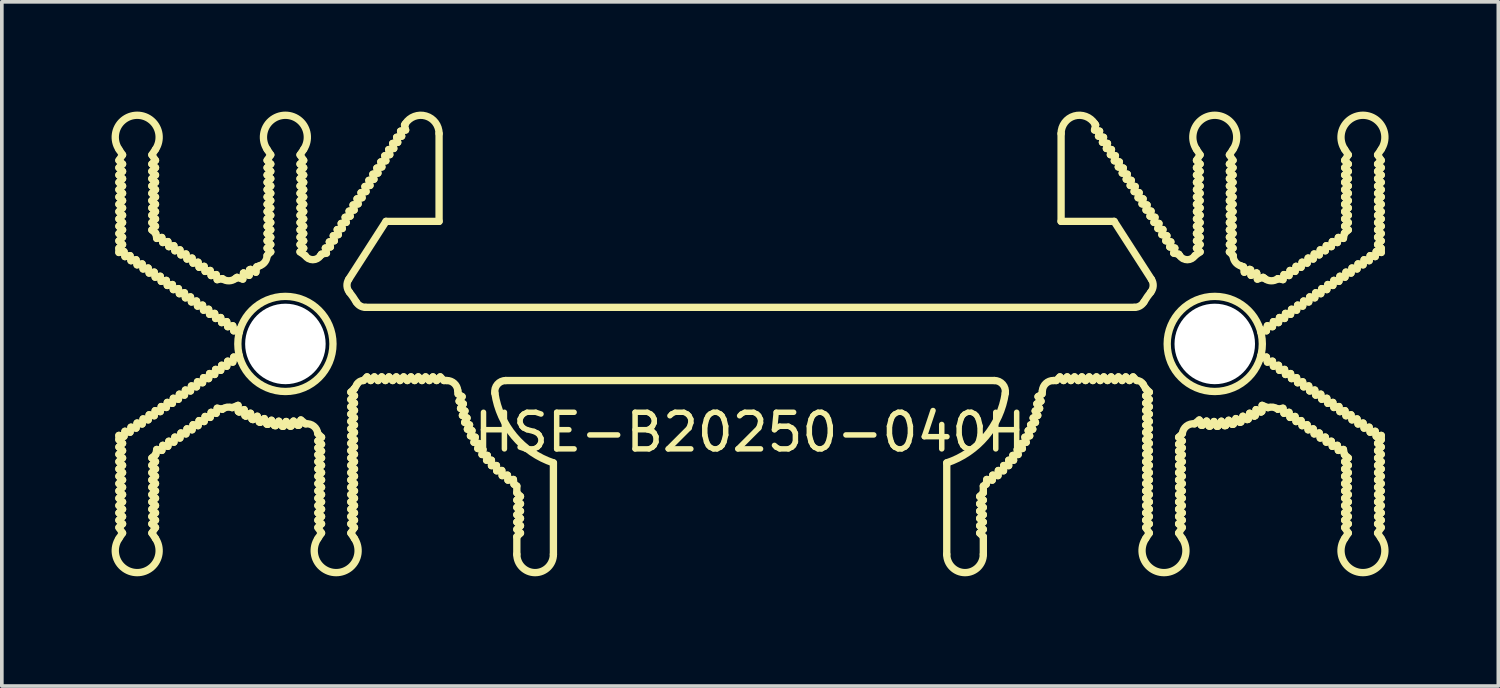
<source format=kicad_pcb>
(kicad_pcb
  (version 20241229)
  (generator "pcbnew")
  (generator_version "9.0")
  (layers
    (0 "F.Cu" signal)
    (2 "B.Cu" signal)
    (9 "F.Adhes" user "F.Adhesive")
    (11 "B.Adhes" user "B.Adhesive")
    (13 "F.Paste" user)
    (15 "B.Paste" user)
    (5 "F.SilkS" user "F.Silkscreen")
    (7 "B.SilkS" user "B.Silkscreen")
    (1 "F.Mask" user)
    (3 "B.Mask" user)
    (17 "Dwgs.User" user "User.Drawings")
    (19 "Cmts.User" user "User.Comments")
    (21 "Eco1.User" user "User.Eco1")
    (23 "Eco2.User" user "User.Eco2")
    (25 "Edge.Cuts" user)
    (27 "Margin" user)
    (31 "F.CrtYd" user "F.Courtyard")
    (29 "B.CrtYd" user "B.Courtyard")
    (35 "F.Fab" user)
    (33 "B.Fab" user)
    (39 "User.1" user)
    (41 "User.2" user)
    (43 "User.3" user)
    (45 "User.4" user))
  (footprint "HSE-B20250-040H"
    (layer "F.Cu")
    (at 17.45 6.35)
    (property "Reference" "HSE-B20250-040H" (at 0 2.413 0) (layer "F.SilkS") (effects (font (size 1 1) (thickness 0.15))))
    (attr through_hole)
    (fp_line (start -17.25 -5.017) (end -17.15 -5.168) (stroke (width 0.2) (type solid)) (layer "F.SilkS"))
    (fp_line (start -17.25 -4.817) (end -17.15 -4.917) (stroke (width 0.2) (type solid)) (layer "F.SilkS"))
    (fp_line (start -17.25 -4.617) (end -17.15 -4.717) (stroke (width 0.2) (type solid)) (layer "F.SilkS"))
    (fp_line (start -17.25 -4.417) (end -17.15 -4.517) (stroke (width 0.2) (type solid)) (layer "F.SilkS"))
    (fp_line (start -17.25 -4.217) (end -17.15 -4.317) (stroke (width 0.2) (type solid)) (layer "F.SilkS"))
    (fp_line (start -17.25 -4.017) (end -17.15 -4.117) (stroke (width 0.2) (type solid)) (layer "F.SilkS"))
    (fp_line (start -17.25 -3.817) (end -17.15 -3.917) (stroke (width 0.2) (type solid)) (layer "F.SilkS"))
    (fp_line (start -17.25 -3.617) (end -17.15 -3.717) (stroke (width 0.2) (type solid)) (layer "F.SilkS"))
    (fp_line (start -17.25 -3.417) (end -17.15 -3.517) (stroke (width 0.2) (type solid)) (layer "F.SilkS"))
    (fp_line (start -17.25 -3.217) (end -17.15 -3.317) (stroke (width 0.2) (type solid)) (layer "F.SilkS"))
    (fp_line (start -17.25 -3.017) (end -17.15 -3.117) (stroke (width 0.2) (type solid)) (layer "F.SilkS"))
    (fp_line (start -17.25 -2.817) (end -17.15 -2.917) (stroke (width 0.2) (type solid)) (layer "F.SilkS"))
    (fp_line (start -17.25 -2.617) (end -17.25 -2.5) (stroke (width 0.2) (type solid)) (layer "F.SilkS"))
    (fp_line (start -17.25 -2.617) (end -17.15 -2.717) (stroke (width 0.2) (type solid)) (layer "F.SilkS"))
    (fp_line (start -17.25 -2.5) (end -17.111 -2.526) (stroke (width 0.2) (type solid)) (layer "F.SilkS"))
    (fp_line (start -17.25 2.5) (end -17.25 2.617) (stroke (width 0.2) (type solid)) (layer "F.SilkS"))
    (fp_line (start -17.25 2.5) (end -17.111 2.526) (stroke (width 0.2) (type solid)) (layer "F.SilkS"))
    (fp_line (start -17.25 2.617) (end -17.15 2.717) (stroke (width 0.2) (type solid)) (layer "F.SilkS"))
    (fp_line (start -17.25 2.817) (end -17.15 2.917) (stroke (width 0.2) (type solid)) (layer "F.SilkS"))
    (fp_line (start -17.25 3.017) (end -17.15 3.117) (stroke (width 0.2) (type solid)) (layer "F.SilkS"))
    (fp_line (start -17.25 3.217) (end -17.15 3.317) (stroke (width 0.2) (type solid)) (layer "F.SilkS"))
    (fp_line (start -17.25 3.417) (end -17.15 3.517) (stroke (width 0.2) (type solid)) (layer "F.SilkS"))
    (fp_line (start -17.25 3.617) (end -17.15 3.717) (stroke (width 0.2) (type solid)) (layer "F.SilkS"))
    (fp_line (start -17.25 3.817) (end -17.15 3.917) (stroke (width 0.2) (type solid)) (layer "F.SilkS"))
    (fp_line (start -17.25 4.017) (end -17.15 4.117) (stroke (width 0.2) (type solid)) (layer "F.SilkS"))
    (fp_line (start -17.25 4.217) (end -17.15 4.317) (stroke (width 0.2) (type solid)) (layer "F.SilkS"))
    (fp_line (start -17.25 4.417) (end -17.15 4.517) (stroke (width 0.2) (type solid)) (layer "F.SilkS"))
    (fp_line (start -17.25 4.617) (end -17.15 4.717) (stroke (width 0.2) (type solid)) (layer "F.SilkS"))
    (fp_line (start -17.25 4.817) (end -17.15 4.917) (stroke (width 0.2) (type solid)) (layer "F.SilkS"))
    (fp_line (start -17.25 5.017) (end -17.15 5.168) (stroke (width 0.2) (type solid)) (layer "F.SilkS"))
    (fp_line (start -17.15 -5.168) (end -17.25 -5.318) (stroke (width 0.2) (type solid)) (layer "F.SilkS"))
    (fp_line (start -17.15 -4.917) (end -17.25 -5.017) (stroke (width 0.2) (type solid)) (layer "F.SilkS"))
    (fp_line (start -17.15 -4.717) (end -17.25 -4.817) (stroke (width 0.2) (type solid)) (layer "F.SilkS"))
    (fp_line (start -17.15 -4.517) (end -17.25 -4.617) (stroke (width 0.2) (type solid)) (layer "F.SilkS"))
    (fp_line (start -17.15 -4.317) (end -17.25 -4.417) (stroke (width 0.2) (type solid)) (layer "F.SilkS"))
    (fp_line (start -17.15 -4.117) (end -17.25 -4.217) (stroke (width 0.2) (type solid)) (layer "F.SilkS"))
    (fp_line (start -17.15 -3.917) (end -17.25 -4.017) (stroke (width 0.2) (type solid)) (layer "F.SilkS"))
    (fp_line (start -17.15 -3.717) (end -17.25 -3.817) (stroke (width 0.2) (type solid)) (layer "F.SilkS"))
    (fp_line (start -17.15 -3.517) (end -17.25 -3.617) (stroke (width 0.2) (type solid)) (layer "F.SilkS"))
    (fp_line (start -17.15 -3.317) (end -17.25 -3.417) (stroke (width 0.2) (type solid)) (layer "F.SilkS"))
    (fp_line (start -17.15 -3.117) (end -17.25 -3.217) (stroke (width 0.2) (type solid)) (layer "F.SilkS"))
    (fp_line (start -17.15 -2.917) (end -17.25 -3.017) (stroke (width 0.2) (type solid)) (layer "F.SilkS"))
    (fp_line (start -17.15 -2.717) (end -17.25 -2.817) (stroke (width 0.2) (type solid)) (layer "F.SilkS"))
    (fp_line (start -17.15 2.717) (end -17.25 2.817) (stroke (width 0.2) (type solid)) (layer "F.SilkS"))
    (fp_line (start -17.15 2.917) (end -17.25 3.017) (stroke (width 0.2) (type solid)) (layer "F.SilkS"))
    (fp_line (start -17.15 3.117) (end -17.25 3.217) (stroke (width 0.2) (type solid)) (layer "F.SilkS"))
    (fp_line (start -17.15 3.317) (end -17.25 3.417) (stroke (width 0.2) (type solid)) (layer "F.SilkS"))
    (fp_line (start -17.15 3.517) (end -17.25 3.617) (stroke (width 0.2) (type solid)) (layer "F.SilkS"))
    (fp_line (start -17.15 3.717) (end -17.25 3.817) (stroke (width 0.2) (type solid)) (layer "F.SilkS"))
    (fp_line (start -17.15 3.917) (end -17.25 4.017) (stroke (width 0.2) (type solid)) (layer "F.SilkS"))
    (fp_line (start -17.15 4.117) (end -17.25 4.217) (stroke (width 0.2) (type solid)) (layer "F.SilkS"))
    (fp_line (start -17.15 4.317) (end -17.25 4.417) (stroke (width 0.2) (type solid)) (layer "F.SilkS"))
    (fp_line (start -17.15 4.517) (end -17.25 4.617) (stroke (width 0.2) (type solid)) (layer "F.SilkS"))
    (fp_line (start -17.15 4.717) (end -17.25 4.817) (stroke (width 0.2) (type solid)) (layer "F.SilkS"))
    (fp_line (start -17.15 4.917) (end -17.25 5.017) (stroke (width 0.2) (type solid)) (layer "F.SilkS"))
    (fp_line (start -17.15 5.168) (end -17.25 5.318) (stroke (width 0.2) (type solid)) (layer "F.SilkS"))
    (fp_line (start -17.111 -2.526) (end -17.085 -2.387) (stroke (width 0.2) (type solid)) (layer "F.SilkS"))
    (fp_line (start -17.111 2.526) (end -17.085 2.387) (stroke (width 0.2) (type solid)) (layer "F.SilkS"))
    (fp_line (start -17.085 -2.387) (end -16.946 -2.413) (stroke (width 0.2) (type solid)) (layer "F.SilkS"))
    (fp_line (start -17.085 2.387) (end -16.946 2.413) (stroke (width 0.2) (type solid)) (layer "F.SilkS"))
    (fp_line (start -16.946 -2.413) (end -16.92 -2.275) (stroke (width 0.2) (type solid)) (layer "F.SilkS"))
    (fp_line (start -16.946 2.413) (end -16.92 2.275) (stroke (width 0.2) (type solid)) (layer "F.SilkS"))
    (fp_line (start -16.92 -2.275) (end -16.781 -2.301) (stroke (width 0.2) (type solid)) (layer "F.SilkS"))
    (fp_line (start -16.92 2.275) (end -16.781 2.301) (stroke (width 0.2) (type solid)) (layer "F.SilkS"))
    (fp_line (start -16.781 -2.301) (end -16.754 -2.162) (stroke (width 0.2) (type solid)) (layer "F.SilkS"))
    (fp_line (start -16.781 2.301) (end -16.754 2.162) (stroke (width 0.2) (type solid)) (layer "F.SilkS"))
    (fp_line (start -16.754 -2.162) (end -16.615 -2.188) (stroke (width 0.2) (type solid)) (layer "F.SilkS"))
    (fp_line (start -16.754 2.162) (end -16.615 2.188) (stroke (width 0.2) (type solid)) (layer "F.SilkS"))
    (fp_line (start -16.615 -2.188) (end -16.589 -2.049) (stroke (width 0.2) (type solid)) (layer "F.SilkS"))
    (fp_line (start -16.615 2.188) (end -16.589 2.049) (stroke (width 0.2) (type solid)) (layer "F.SilkS"))
    (fp_line (start -16.589 -2.049) (end -16.45 -2.075) (stroke (width 0.2) (type solid)) (layer "F.SilkS"))
    (fp_line (start -16.589 2.049) (end -16.45 2.075) (stroke (width 0.2) (type solid)) (layer "F.SilkS"))
    (fp_line (start -16.45 -2.075) (end -16.424 -1.936) (stroke (width 0.2) (type solid)) (layer "F.SilkS"))
    (fp_line (start -16.45 2.075) (end -16.424 1.936) (stroke (width 0.2) (type solid)) (layer "F.SilkS"))
    (fp_line (start -16.424 -1.936) (end -16.285 -1.963) (stroke (width 0.2) (type solid)) (layer "F.SilkS"))
    (fp_line (start -16.424 1.936) (end -16.285 1.963) (stroke (width 0.2) (type solid)) (layer "F.SilkS"))
    (fp_line (start -16.35 -5.168) (end -16.25 -5.318) (stroke (width 0.2) (type solid)) (layer "F.SilkS"))
    (fp_line (start -16.35 -4.917) (end -16.25 -5.017) (stroke (width 0.2) (type solid)) (layer "F.SilkS"))
    (fp_line (start -16.35 -4.717) (end -16.25 -4.817) (stroke (width 0.2) (type solid)) (layer "F.SilkS"))
    (fp_line (start -16.35 -4.517) (end -16.25 -4.617) (stroke (width 0.2) (type solid)) (layer "F.SilkS"))
    (fp_line (start -16.35 -4.317) (end -16.25 -4.417) (stroke (width 0.2) (type solid)) (layer "F.SilkS"))
    (fp_line (start -16.35 -4.117) (end -16.25 -4.217) (stroke (width 0.2) (type solid)) (layer "F.SilkS"))
    (fp_line (start -16.35 -3.917) (end -16.25 -4.017) (stroke (width 0.2) (type solid)) (layer "F.SilkS"))
    (fp_line (start -16.35 -3.717) (end -16.25 -3.817) (stroke (width 0.2) (type solid)) (layer "F.SilkS"))
    (fp_line (start -16.35 -3.517) (end -16.25 -3.617) (stroke (width 0.2) (type solid)) (layer "F.SilkS"))
    (fp_line (start -16.35 -3.317) (end -16.25 -3.417) (stroke (width 0.2) (type solid)) (layer "F.SilkS"))
    (fp_line (start -16.35 -3.117) (end -16.25 -3.217) (stroke (width 0.2) (type solid)) (layer "F.SilkS"))
    (fp_line (start -16.35 3.117) (end -16.25 3.217) (stroke (width 0.2) (type solid)) (layer "F.SilkS"))
    (fp_line (start -16.35 3.317) (end -16.25 3.417) (stroke (width 0.2) (type solid)) (layer "F.SilkS"))
    (fp_line (start -16.35 3.517) (end -16.25 3.617) (stroke (width 0.2) (type solid)) (layer "F.SilkS"))
    (fp_line (start -16.35 3.717) (end -16.25 3.817) (stroke (width 0.2) (type solid)) (layer "F.SilkS"))
    (fp_line (start -16.35 3.917) (end -16.25 4.017) (stroke (width 0.2) (type solid)) (layer "F.SilkS"))
    (fp_line (start -16.35 4.117) (end -16.25 4.217) (stroke (width 0.2) (type solid)) (layer "F.SilkS"))
    (fp_line (start -16.35 4.317) (end -16.25 4.417) (stroke (width 0.2) (type solid)) (layer "F.SilkS"))
    (fp_line (start -16.35 4.517) (end -16.25 4.617) (stroke (width 0.2) (type solid)) (layer "F.SilkS"))
    (fp_line (start -16.35 4.717) (end -16.25 4.817) (stroke (width 0.2) (type solid)) (layer "F.SilkS"))
    (fp_line (start -16.35 4.917) (end -16.25 5.017) (stroke (width 0.2) (type solid)) (layer "F.SilkS"))
    (fp_line (start -16.35 5.168) (end -16.25 5.318) (stroke (width 0.2) (type solid)) (layer "F.SilkS"))
    (fp_line (start -16.285 -1.963) (end -16.259 -1.824) (stroke (width 0.2) (type solid)) (layer "F.SilkS"))
    (fp_line (start -16.285 1.963) (end -16.259 1.824) (stroke (width 0.2) (type solid)) (layer "F.SilkS"))
    (fp_line (start -16.259 -1.824) (end -16.12 -1.85) (stroke (width 0.2) (type solid)) (layer "F.SilkS"))
    (fp_line (start -16.259 1.824) (end -16.12 1.85) (stroke (width 0.2) (type solid)) (layer "F.SilkS"))
    (fp_line (start -16.25 -5.017) (end -16.35 -5.168) (stroke (width 0.2) (type solid)) (layer "F.SilkS"))
    (fp_line (start -16.25 -4.817) (end -16.35 -4.917) (stroke (width 0.2) (type solid)) (layer "F.SilkS"))
    (fp_line (start -16.25 -4.617) (end -16.35 -4.717) (stroke (width 0.2) (type solid)) (layer "F.SilkS"))
    (fp_line (start -16.25 -4.417) (end -16.35 -4.517) (stroke (width 0.2) (type solid)) (layer "F.SilkS"))
    (fp_line (start -16.25 -4.217) (end -16.35 -4.317) (stroke (width 0.2) (type solid)) (layer "F.SilkS"))
    (fp_line (start -16.25 -4.017) (end -16.35 -4.117) (stroke (width 0.2) (type solid)) (layer "F.SilkS"))
    (fp_line (start -16.25 -3.817) (end -16.35 -3.917) (stroke (width 0.2) (type solid)) (layer "F.SilkS"))
    (fp_line (start -16.25 -3.617) (end -16.35 -3.717) (stroke (width 0.2) (type solid)) (layer "F.SilkS"))
    (fp_line (start -16.25 -3.417) (end -16.35 -3.517) (stroke (width 0.2) (type solid)) (layer "F.SilkS"))
    (fp_line (start -16.25 -3.217) (end -16.35 -3.317) (stroke (width 0.2) (type solid)) (layer "F.SilkS"))
    (fp_line (start -16.25 -3.028) (end -16.35 -3.117) (stroke (width 0.2) (type solid)) (layer "F.SilkS"))
    (fp_line (start -16.25 3.028) (end -16.35 3.117) (stroke (width 0.2) (type solid)) (layer "F.SilkS"))
    (fp_line (start -16.25 3.028) (end -16.243 3.023) (stroke (width 0.2) (type solid)) (layer "F.SilkS"))
    (fp_line (start -16.25 3.217) (end -16.35 3.317) (stroke (width 0.2) (type solid)) (layer "F.SilkS"))
    (fp_line (start -16.25 3.417) (end -16.35 3.517) (stroke (width 0.2) (type solid)) (layer "F.SilkS"))
    (fp_line (start -16.25 3.617) (end -16.35 3.717) (stroke (width 0.2) (type solid)) (layer "F.SilkS"))
    (fp_line (start -16.25 3.817) (end -16.35 3.917) (stroke (width 0.2) (type solid)) (layer "F.SilkS"))
    (fp_line (start -16.25 4.017) (end -16.35 4.117) (stroke (width 0.2) (type solid)) (layer "F.SilkS"))
    (fp_line (start -16.25 4.217) (end -16.35 4.317) (stroke (width 0.2) (type solid)) (layer "F.SilkS"))
    (fp_line (start -16.25 4.417) (end -16.35 4.517) (stroke (width 0.2) (type solid)) (layer "F.SilkS"))
    (fp_line (start -16.25 4.617) (end -16.35 4.717) (stroke (width 0.2) (type solid)) (layer "F.SilkS"))
    (fp_line (start -16.25 4.817) (end -16.35 4.917) (stroke (width 0.2) (type solid)) (layer "F.SilkS"))
    (fp_line (start -16.25 5.017) (end -16.35 5.168) (stroke (width 0.2) (type solid)) (layer "F.SilkS"))
    (fp_line (start -16.243 -3.023) (end -16.25 -3.028) (stroke (width 0.2) (type solid)) (layer "F.SilkS"))
    (fp_line (start -16.243 -3.023) (end -16.216 -2.884) (stroke (width 0.2) (type solid)) (layer "F.SilkS"))
    (fp_line (start -16.243 3.023) (end -16.216 2.884) (stroke (width 0.2) (type solid)) (layer "F.SilkS"))
    (fp_line (start -16.216 -2.884) (end -16.077 -2.91) (stroke (width 0.2) (type solid)) (layer "F.SilkS"))
    (fp_line (start -16.216 2.884) (end -16.077 2.91) (stroke (width 0.2) (type solid)) (layer "F.SilkS"))
    (fp_line (start -16.12 -1.85) (end -16.094 -1.711) (stroke (width 0.2) (type solid)) (layer "F.SilkS"))
    (fp_line (start -16.12 1.85) (end -16.094 1.711) (stroke (width 0.2) (type solid)) (layer "F.SilkS"))
    (fp_line (start -16.094 -1.711) (end -15.955 -1.737) (stroke (width 0.2) (type solid)) (layer "F.SilkS"))
    (fp_line (start -16.094 1.711) (end -15.955 1.737) (stroke (width 0.2) (type solid)) (layer "F.SilkS"))
    (fp_line (start -16.077 -2.91) (end -16.051 -2.771) (stroke (width 0.2) (type solid)) (layer "F.SilkS"))
    (fp_line (start -16.077 2.91) (end -16.051 2.771) (stroke (width 0.2) (type solid)) (layer "F.SilkS"))
    (fp_line (start -16.051 -2.771) (end -15.912 -2.798) (stroke (width 0.2) (type solid)) (layer "F.SilkS"))
    (fp_line (start -16.051 2.771) (end -15.912 2.798) (stroke (width 0.2) (type solid)) (layer "F.SilkS"))
    (fp_line (start -15.955 -1.737) (end -15.928 -1.598) (stroke (width 0.2) (type solid)) (layer "F.SilkS"))
    (fp_line (start -15.955 1.737) (end -15.928 1.598) (stroke (width 0.2) (type solid)) (layer "F.SilkS"))
    (fp_line (start -15.928 -1.598) (end -15.789 -1.624) (stroke (width 0.2) (type solid)) (layer "F.SilkS"))
    (fp_line (start -15.928 1.598) (end -15.789 1.624) (stroke (width 0.2) (type solid)) (layer "F.SilkS"))
    (fp_line (start -15.912 -2.798) (end -15.886 -2.659) (stroke (width 0.2) (type solid)) (layer "F.SilkS"))
    (fp_line (start -15.912 2.798) (end -15.886 2.659) (stroke (width 0.2) (type solid)) (layer "F.SilkS"))
    (fp_line (start -15.886 -2.659) (end -15.747 -2.685) (stroke (width 0.2) (type solid)) (layer "F.SilkS"))
    (fp_line (start -15.886 2.659) (end -15.747 2.685) (stroke (width 0.2) (type solid)) (layer "F.SilkS"))
    (fp_line (start -15.789 -1.624) (end -15.763 -1.485) (stroke (width 0.2) (type solid)) (layer "F.SilkS"))
    (fp_line (start -15.789 1.624) (end -15.763 1.485) (stroke (width 0.2) (type solid)) (layer "F.SilkS"))
    (fp_line (start -15.763 -1.485) (end -15.624 -1.512) (stroke (width 0.2) (type solid)) (layer "F.SilkS"))
    (fp_line (start -15.763 1.485) (end -15.624 1.512) (stroke (width 0.2) (type solid)) (layer "F.SilkS"))
    (fp_line (start -15.747 -2.685) (end -15.721 -2.546) (stroke (width 0.2) (type solid)) (layer "F.SilkS"))
    (fp_line (start -15.747 2.685) (end -15.721 2.546) (stroke (width 0.2) (type solid)) (layer "F.SilkS"))
    (fp_line (start -15.721 -2.546) (end -15.582 -2.572) (stroke (width 0.2) (type solid)) (layer "F.SilkS"))
    (fp_line (start -15.721 2.546) (end -15.582 2.572) (stroke (width 0.2) (type solid)) (layer "F.SilkS"))
    (fp_line (start -15.624 -1.512) (end -15.598 -1.373) (stroke (width 0.2) (type solid)) (layer "F.SilkS"))
    (fp_line (start -15.624 1.512) (end -15.598 1.373) (stroke (width 0.2) (type solid)) (layer "F.SilkS"))
    (fp_line (start -15.598 -1.373) (end -15.459 -1.399) (stroke (width 0.2) (type solid)) (layer "F.SilkS"))
    (fp_line (start -15.598 1.373) (end -15.459 1.399) (stroke (width 0.2) (type solid)) (layer "F.SilkS"))
    (fp_line (start -15.582 -2.572) (end -15.556 -2.433) (stroke (width 0.2) (type solid)) (layer "F.SilkS"))
    (fp_line (start -15.582 2.572) (end -15.556 2.433) (stroke (width 0.2) (type solid)) (layer "F.SilkS"))
    (fp_line (start -15.556 -2.433) (end -15.417 -2.459) (stroke (width 0.2) (type solid)) (layer "F.SilkS"))
    (fp_line (start -15.556 2.433) (end -15.417 2.459) (stroke (width 0.2) (type solid)) (layer "F.SilkS"))
    (fp_line (start -15.459 -1.399) (end -15.433 -1.26) (stroke (width 0.2) (type solid)) (layer "F.SilkS"))
    (fp_line (start -15.459 1.399) (end -15.433 1.26) (stroke (width 0.2) (type solid)) (layer "F.SilkS"))
    (fp_line (start -15.433 -1.26) (end -15.294 -1.286) (stroke (width 0.2) (type solid)) (layer "F.SilkS"))
    (fp_line (start -15.433 1.26) (end -15.294 1.286) (stroke (width 0.2) (type solid)) (layer "F.SilkS"))
    (fp_line (start -15.39 -2.32) (end -15.417 -2.459) (stroke (width 0.2) (type solid)) (layer "F.SilkS"))
    (fp_line (start -15.39 2.32) (end -15.417 2.459) (stroke (width 0.2) (type solid)) (layer "F.SilkS"))
    (fp_line (start -15.294 -1.286) (end -15.268 -1.147) (stroke (width 0.2) (type solid)) (layer "F.SilkS"))
    (fp_line (start -15.294 1.286) (end -15.268 1.147) (stroke (width 0.2) (type solid)) (layer "F.SilkS"))
    (fp_line (start -15.268 -1.147) (end -15.129 -1.173) (stroke (width 0.2) (type solid)) (layer "F.SilkS"))
    (fp_line (start -15.268 1.147) (end -15.129 1.173) (stroke (width 0.2) (type solid)) (layer "F.SilkS"))
    (fp_line (start -15.251 -2.347) (end -15.39 -2.32) (stroke (width 0.2) (type solid)) (layer "F.SilkS"))
    (fp_line (start -15.251 2.347) (end -15.39 2.32) (stroke (width 0.2) (type solid)) (layer "F.SilkS"))
    (fp_line (start -15.225 -2.208) (end -15.251 -2.347) (stroke (width 0.2) (type solid)) (layer "F.SilkS"))
    (fp_line (start -15.225 2.208) (end -15.251 2.347) (stroke (width 0.2) (type solid)) (layer "F.SilkS"))
    (fp_line (start -15.129 -1.173) (end -15.102 -1.034) (stroke (width 0.2) (type solid)) (layer "F.SilkS"))
    (fp_line (start -15.129 1.173) (end -15.102 1.034) (stroke (width 0.2) (type solid)) (layer "F.SilkS"))
    (fp_line (start -15.102 -1.034) (end -14.964 -1.061) (stroke (width 0.2) (type solid)) (layer "F.SilkS"))
    (fp_line (start -15.102 1.034) (end -14.964 1.061) (stroke (width 0.2) (type solid)) (layer "F.SilkS"))
    (fp_line (start -15.086 -2.234) (end -15.225 -2.208) (stroke (width 0.2) (type solid)) (layer "F.SilkS"))
    (fp_line (start -15.086 2.234) (end -15.225 2.208) (stroke (width 0.2) (type solid)) (layer "F.SilkS"))
    (fp_line (start -15.06 -2.095) (end -15.086 -2.234) (stroke (width 0.2) (type solid)) (layer "F.SilkS"))
    (fp_line (start -15.06 2.095) (end -15.086 2.234) (stroke (width 0.2) (type solid)) (layer "F.SilkS"))
    (fp_line (start -14.964 -1.061) (end -14.937 -0.922) (stroke (width 0.2) (type solid)) (layer "F.SilkS"))
    (fp_line (start -14.964 1.061) (end -14.937 0.922) (stroke (width 0.2) (type solid)) (layer "F.SilkS"))
    (fp_line (start -14.937 -0.922) (end -14.798 -0.948) (stroke (width 0.2) (type solid)) (layer "F.SilkS"))
    (fp_line (start -14.937 0.922) (end -14.798 0.948) (stroke (width 0.2) (type solid)) (layer "F.SilkS"))
    (fp_line (start -14.921 -2.121) (end -15.06 -2.095) (stroke (width 0.2) (type solid)) (layer "F.SilkS"))
    (fp_line (start -14.921 2.121) (end -15.06 2.095) (stroke (width 0.2) (type solid)) (layer "F.SilkS"))
    (fp_line (start -14.895 -1.982) (end -14.921 -2.121) (stroke (width 0.2) (type solid)) (layer "F.SilkS"))
    (fp_line (start -14.895 1.982) (end -14.921 2.121) (stroke (width 0.2) (type solid)) (layer "F.SilkS"))
    (fp_line (start -14.798 -0.948) (end -14.772 -0.809) (stroke (width 0.2) (type solid)) (layer "F.SilkS"))
    (fp_line (start -14.798 0.948) (end -14.772 0.809) (stroke (width 0.2) (type solid)) (layer "F.SilkS"))
    (fp_line (start -14.772 -0.809) (end -14.633 -0.835) (stroke (width 0.2) (type solid)) (layer "F.SilkS"))
    (fp_line (start -14.772 0.809) (end -14.633 0.835) (stroke (width 0.2) (type solid)) (layer "F.SilkS"))
    (fp_line (start -14.756 -2.008) (end -14.895 -1.982) (stroke (width 0.2) (type solid)) (layer "F.SilkS"))
    (fp_line (start -14.756 2.008) (end -14.895 1.982) (stroke (width 0.2) (type solid)) (layer "F.SilkS"))
    (fp_line (start -14.73 -1.869) (end -14.756 -2.008) (stroke (width 0.2) (type solid)) (layer "F.SilkS"))
    (fp_line (start -14.73 1.869) (end -14.756 2.008) (stroke (width 0.2) (type solid)) (layer "F.SilkS"))
    (fp_line (start -14.633 -0.835) (end -14.607 -0.696) (stroke (width 0.2) (type solid)) (layer "F.SilkS"))
    (fp_line (start -14.633 0.835) (end -14.607 0.696) (stroke (width 0.2) (type solid)) (layer "F.SilkS"))
    (fp_line (start -14.607 -0.696) (end -14.468 -0.722) (stroke (width 0.2) (type solid)) (layer "F.SilkS"))
    (fp_line (start -14.607 0.696) (end -14.468 0.722) (stroke (width 0.2) (type solid)) (layer "F.SilkS"))
    (fp_line (start -14.591 -1.896) (end -14.73 -1.869) (stroke (width 0.2) (type solid)) (layer "F.SilkS"))
    (fp_line (start -14.591 1.896) (end -14.73 1.869) (stroke (width 0.2) (type solid)) (layer "F.SilkS"))
    (fp_line (start -14.564 -1.757) (end -14.591 -1.896) (stroke (width 0.2) (type solid)) (layer "F.SilkS"))
    (fp_line (start -14.564 1.757) (end -14.591 1.896) (stroke (width 0.2) (type solid)) (layer "F.SilkS"))
    (fp_line (start -14.468 -0.722) (end -14.442 -0.583) (stroke (width 0.2) (type solid)) (layer "F.SilkS"))
    (fp_line (start -14.468 0.722) (end -14.442 0.583) (stroke (width 0.2) (type solid)) (layer "F.SilkS"))
    (fp_line (start -14.442 -0.583) (end -14.303 -0.61) (stroke (width 0.2) (type solid)) (layer "F.SilkS"))
    (fp_line (start -14.442 0.583) (end -14.303 0.61) (stroke (width 0.2) (type solid)) (layer "F.SilkS"))
    (fp_line (start -14.425 -1.783) (end -14.564 -1.757) (stroke (width 0.2) (type solid)) (layer "F.SilkS"))
    (fp_line (start -14.425 1.783) (end -14.564 1.757) (stroke (width 0.2) (type solid)) (layer "F.SilkS"))
    (fp_line (start -14.425 1.783) (end -14.418 1.778) (stroke (width 0.2) (type solid)) (layer "F.SilkS"))
    (fp_line (start -14.418 -1.778) (end -14.425 -1.783) (stroke (width 0.2) (type solid)) (layer "F.SilkS"))
    (fp_line (start -14.303 -0.61) (end -14.277 -0.471) (stroke (width 0.2) (type solid)) (layer "F.SilkS"))
    (fp_line (start -14.303 0.61) (end -14.277 0.471) (stroke (width 0.2) (type solid)) (layer "F.SilkS"))
    (fp_line (start -14.277 -0.471) (end -14.138 -0.497) (stroke (width 0.2) (type solid)) (layer "F.SilkS"))
    (fp_line (start -14.277 0.471) (end -14.138 0.497) (stroke (width 0.2) (type solid)) (layer "F.SilkS"))
    (fp_line (start -14.138 -0.497) (end -14.111 -0.358) (stroke (width 0.2) (type solid)) (layer "F.SilkS"))
    (fp_line (start -14.138 0.497) (end -14.111 0.358) (stroke (width 0.2) (type solid)) (layer "F.SilkS"))
    (fp_line (start -14.111 -0.358) (end -13.972 -0.384) (stroke (width 0.2) (type solid)) (layer "F.SilkS"))
    (fp_line (start -14.111 0.358) (end -13.972 0.384) (stroke (width 0.2) (type solid)) (layer "F.SilkS"))
    (fp_line (start -14.023 -1.82) (end -13.864 -1.772) (stroke (width 0.2) (type solid)) (layer "F.SilkS"))
    (fp_line (start -13.994 1.679) (end -14.154 1.741) (stroke (width 0.2) (type solid)) (layer "F.SilkS"))
    (fp_line (start -13.987 1.845) (end -13.994 1.679) (stroke (width 0.2) (type solid)) (layer "F.SilkS"))
    (fp_line (start -13.972 -0.384) (end -13.96 -0.319) (stroke (width 0.2) (type solid)) (layer "F.SilkS"))
    (fp_line (start -13.972 0.384) (end -13.96 0.319) (stroke (width 0.2) (type solid)) (layer "F.SilkS"))
    (fp_line (start -13.864 -1.772) (end -13.845 -1.937) (stroke (width 0.2) (type solid)) (layer "F.SilkS"))
    (fp_line (start -13.844 -1.938) (end -13.845 -1.937) (stroke (width 0.2) (type solid)) (layer "F.SilkS"))
    (fp_line (start -13.844 -1.938) (end -13.69 -1.875) (stroke (width 0.2) (type solid)) (layer "F.SilkS"))
    (fp_line (start -13.828 1.795) (end -13.963 1.862) (stroke (width 0.2) (type solid)) (layer "F.SilkS"))
    (fp_line (start -13.806 1.959) (end -13.828 1.795) (stroke (width 0.2) (type solid)) (layer "F.SilkS"))
    (fp_line (start -13.69 -1.875) (end -13.681 -2.025) (stroke (width 0.2) (type solid)) (layer "F.SilkS"))
    (fp_line (start -13.654 -2.038) (end -13.507 -1.96) (stroke (width 0.2) (type solid)) (layer "F.SilkS"))
    (fp_line (start -13.653 1.894) (end -13.78 1.974) (stroke (width 0.2) (type solid)) (layer "F.SilkS"))
    (fp_line (start -13.615 2.056) (end -13.653 1.894) (stroke (width 0.2) (type solid)) (layer "F.SilkS"))
    (fp_line (start -13.507 -1.96) (end -13.484 -2.109) (stroke (width 0.2) (type solid)) (layer "F.SilkS"))
    (fp_line (start -13.468 1.976) (end -13.588 2.067) (stroke (width 0.2) (type solid)) (layer "F.SilkS"))
    (fp_line (start -13.415 2.133) (end -13.468 1.976) (stroke (width 0.2) (type solid)) (layer "F.SilkS"))
    (fp_line (start -13.277 2.04) (end -13.387 2.142) (stroke (width 0.2) (type solid)) (layer "F.SilkS"))
    (fp_line (start -13.209 2.192) (end -13.277 2.04) (stroke (width 0.2) (type solid)) (layer "F.SilkS"))
    (fp_line (start -13.2 -2.417) (end -13.1 -2.517) (stroke (width 0.2) (type solid)) (layer "F.SilkS"))
    (fp_line (start -13.2 -5.017) (end -13.1 -5.168) (stroke (width 0.2) (type solid)) (layer "F.SilkS"))
    (fp_line (start -13.2 -4.817) (end -13.1 -4.917) (stroke (width 0.2) (type solid)) (layer "F.SilkS"))
    (fp_line (start -13.2 -4.617) (end -13.1 -4.717) (stroke (width 0.2) (type solid)) (layer "F.SilkS"))
    (fp_line (start -13.2 -4.417) (end -13.1 -4.517) (stroke (width 0.2) (type solid)) (layer "F.SilkS"))
    (fp_line (start -13.2 -4.217) (end -13.1 -4.317) (stroke (width 0.2) (type solid)) (layer "F.SilkS"))
    (fp_line (start -13.2 -4.017) (end -13.1 -4.117) (stroke (width 0.2) (type solid)) (layer "F.SilkS"))
    (fp_line (start -13.2 -3.817) (end -13.1 -3.917) (stroke (width 0.2) (type solid)) (layer "F.SilkS"))
    (fp_line (start -13.2 -3.617) (end -13.1 -3.717) (stroke (width 0.2) (type solid)) (layer "F.SilkS"))
    (fp_line (start -13.2 -3.417) (end -13.1 -3.517) (stroke (width 0.2) (type solid)) (layer "F.SilkS"))
    (fp_line (start -13.2 -3.217) (end -13.1 -3.317) (stroke (width 0.2) (type solid)) (layer "F.SilkS"))
    (fp_line (start -13.2 -3.017) (end -13.1 -3.117) (stroke (width 0.2) (type solid)) (layer "F.SilkS"))
    (fp_line (start -13.2 -2.817) (end -13.1 -2.917) (stroke (width 0.2) (type solid)) (layer "F.SilkS"))
    (fp_line (start -13.2 -2.617) (end -13.1 -2.717) (stroke (width 0.2) (type solid)) (layer "F.SilkS"))
    (fp_line (start -13.1 -5.168) (end -13.2 -5.318) (stroke (width 0.2) (type solid)) (layer "F.SilkS"))
    (fp_line (start -13.1 -4.917) (end -13.2 -5.017) (stroke (width 0.2) (type solid)) (layer "F.SilkS"))
    (fp_line (start -13.1 -4.717) (end -13.2 -4.817) (stroke (width 0.2) (type solid)) (layer "F.SilkS"))
    (fp_line (start -13.1 -4.517) (end -13.2 -4.617) (stroke (width 0.2) (type solid)) (layer "F.SilkS"))
    (fp_line (start -13.1 -4.317) (end -13.2 -4.417) (stroke (width 0.2) (type solid)) (layer "F.SilkS"))
    (fp_line (start -13.1 -4.117) (end -13.2 -4.217) (stroke (width 0.2) (type solid)) (layer "F.SilkS"))
    (fp_line (start -13.1 -3.917) (end -13.2 -4.017) (stroke (width 0.2) (type solid)) (layer "F.SilkS"))
    (fp_line (start -13.1 -3.717) (end -13.2 -3.817) (stroke (width 0.2) (type solid)) (layer "F.SilkS"))
    (fp_line (start -13.1 -3.517) (end -13.2 -3.617) (stroke (width 0.2) (type solid)) (layer "F.SilkS"))
    (fp_line (start -13.1 -3.317) (end -13.2 -3.417) (stroke (width 0.2) (type solid)) (layer "F.SilkS"))
    (fp_line (start -13.1 -3.117) (end -13.2 -3.217) (stroke (width 0.2) (type solid)) (layer "F.SilkS"))
    (fp_line (start -13.1 -2.917) (end -13.2 -3.017) (stroke (width 0.2) (type solid)) (layer "F.SilkS"))
    (fp_line (start -13.1 -2.717) (end -13.2 -2.817) (stroke (width 0.2) (type solid)) (layer "F.SilkS"))
    (fp_line (start -13.1 -2.517) (end -13.2 -2.617) (stroke (width 0.2) (type solid)) (layer "F.SilkS"))
    (fp_line (start -13.08 2.086) (end -13.181 2.198) (stroke (width 0.2) (type solid)) (layer "F.SilkS"))
    (fp_line (start -12.999 2.23) (end -13.08 2.086) (stroke (width 0.2) (type solid)) (layer "F.SilkS"))
    (fp_line (start -12.88 2.112) (end -12.969 2.234) (stroke (width 0.2) (type solid)) (layer "F.SilkS"))
    (fp_line (start -12.785 2.248) (end -12.88 2.112) (stroke (width 0.2) (type solid)) (layer "F.SilkS"))
    (fp_line (start -12.679 2.12) (end -12.756 2.249) (stroke (width 0.2) (type solid)) (layer "F.SilkS"))
    (fp_line (start -12.571 2.246) (end -12.679 2.12) (stroke (width 0.2) (type solid)) (layer "F.SilkS"))
    (fp_line (start -12.477 2.108) (end -12.542 2.244) (stroke (width 0.2) (type solid)) (layer "F.SilkS"))
    (fp_line (start -12.358 2.224) (end -12.477 2.108) (stroke (width 0.2) (type solid)) (layer "F.SilkS"))
    (fp_line (start -12.3 -5.168) (end -12.2 -5.318) (stroke (width 0.2) (type solid)) (layer "F.SilkS"))
    (fp_line (start -12.3 -4.917) (end -12.2 -5.017) (stroke (width 0.2) (type solid)) (layer "F.SilkS"))
    (fp_line (start -12.3 -4.717) (end -12.2 -4.817) (stroke (width 0.2) (type solid)) (layer "F.SilkS"))
    (fp_line (start -12.3 -4.517) (end -12.2 -4.617) (stroke (width 0.2) (type solid)) (layer "F.SilkS"))
    (fp_line (start -12.3 -4.317) (end -12.2 -4.417) (stroke (width 0.2) (type solid)) (layer "F.SilkS"))
    (fp_line (start -12.3 -4.117) (end -12.2 -4.217) (stroke (width 0.2) (type solid)) (layer "F.SilkS"))
    (fp_line (start -12.3 -3.917) (end -12.2 -4.017) (stroke (width 0.2) (type solid)) (layer "F.SilkS"))
    (fp_line (start -12.3 -3.717) (end -12.2 -3.817) (stroke (width 0.2) (type solid)) (layer "F.SilkS"))
    (fp_line (start -12.3 -3.517) (end -12.2 -3.617) (stroke (width 0.2) (type solid)) (layer "F.SilkS"))
    (fp_line (start -12.3 -3.317) (end -12.2 -3.417) (stroke (width 0.2) (type solid)) (layer "F.SilkS"))
    (fp_line (start -12.3 -3.117) (end -12.2 -3.217) (stroke (width 0.2) (type solid)) (layer "F.SilkS"))
    (fp_line (start -12.3 -2.917) (end -12.2 -3.017) (stroke (width 0.2) (type solid)) (layer "F.SilkS"))
    (fp_line (start -12.3 -2.717) (end -12.2 -2.817) (stroke (width 0.2) (type solid)) (layer "F.SilkS"))
    (fp_line (start -12.3 -2.517) (end -12.2 -2.617) (stroke (width 0.2) (type solid)) (layer "F.SilkS"))
    (fp_line (start -12.278 2.078) (end -12.329 2.219) (stroke (width 0.2) (type solid)) (layer "F.SilkS"))
    (fp_line (start -12.2 -5.017) (end -12.3 -5.168) (stroke (width 0.2) (type solid)) (layer "F.SilkS"))
    (fp_line (start -12.2 -4.817) (end -12.3 -4.917) (stroke (width 0.2) (type solid)) (layer "F.SilkS"))
    (fp_line (start -12.2 -4.617) (end -12.3 -4.717) (stroke (width 0.2) (type solid)) (layer "F.SilkS"))
    (fp_line (start -12.2 -4.417) (end -12.3 -4.517) (stroke (width 0.2) (type solid)) (layer "F.SilkS"))
    (fp_line (start -12.2 -4.217) (end -12.3 -4.317) (stroke (width 0.2) (type solid)) (layer "F.SilkS"))
    (fp_line (start -12.2 -4.017) (end -12.3 -4.117) (stroke (width 0.2) (type solid)) (layer "F.SilkS"))
    (fp_line (start -12.2 -3.817) (end -12.3 -3.917) (stroke (width 0.2) (type solid)) (layer "F.SilkS"))
    (fp_line (start -12.2 -3.617) (end -12.3 -3.717) (stroke (width 0.2) (type solid)) (layer "F.SilkS"))
    (fp_line (start -12.2 -3.417) (end -12.3 -3.517) (stroke (width 0.2) (type solid)) (layer "F.SilkS"))
    (fp_line (start -12.2 -3.217) (end -12.3 -3.317) (stroke (width 0.2) (type solid)) (layer "F.SilkS"))
    (fp_line (start -12.2 -3.017) (end -12.3 -3.117) (stroke (width 0.2) (type solid)) (layer "F.SilkS"))
    (fp_line (start -12.2 -2.817) (end -12.3 -2.917) (stroke (width 0.2) (type solid)) (layer "F.SilkS"))
    (fp_line (start -12.2 -2.617) (end -12.3 -2.717) (stroke (width 0.2) (type solid)) (layer "F.SilkS"))
    (fp_line (start -12.161 -2.417) (end -12.3 -2.517) (stroke (width 0.2) (type solid)) (layer "F.SilkS"))
    (fp_line (start -12.146 2.183) (end -12.278 2.078) (stroke (width 0.2) (type solid)) (layer "F.SilkS"))
    (fp_line (start -11.814 2.451) (end -11.712 2.551) (stroke (width 0.2) (type solid)) (layer "F.SilkS"))
    (fp_line (start -11.812 2.651) (end -11.712 2.74) (stroke (width 0.2) (type solid)) (layer "F.SilkS"))
    (fp_line (start -11.812 2.84) (end -11.712 2.928) (stroke (width 0.2) (type solid)) (layer "F.SilkS"))
    (fp_line (start -11.812 3.028) (end -11.712 3.117) (stroke (width 0.2) (type solid)) (layer "F.SilkS"))
    (fp_line (start -11.812 3.217) (end -11.712 3.317) (stroke (width 0.2) (type solid)) (layer "F.SilkS"))
    (fp_line (start -11.812 3.417) (end -11.712 3.517) (stroke (width 0.2) (type solid)) (layer "F.SilkS"))
    (fp_line (start -11.812 3.617) (end -11.712 3.717) (stroke (width 0.2) (type solid)) (layer "F.SilkS"))
    (fp_line (start -11.812 3.817) (end -11.712 3.917) (stroke (width 0.2) (type solid)) (layer "F.SilkS"))
    (fp_line (start -11.812 4.017) (end -11.712 4.117) (stroke (width 0.2) (type solid)) (layer "F.SilkS"))
    (fp_line (start -11.812 4.217) (end -11.712 4.317) (stroke (width 0.2) (type solid)) (layer "F.SilkS"))
    (fp_line (start -11.812 4.417) (end -11.712 4.517) (stroke (width 0.2) (type solid)) (layer "F.SilkS"))
    (fp_line (start -11.812 4.617) (end -11.712 4.717) (stroke (width 0.2) (type solid)) (layer "F.SilkS"))
    (fp_line (start -11.812 4.817) (end -11.712 4.917) (stroke (width 0.2) (type solid)) (layer "F.SilkS"))
    (fp_line (start -11.812 5.017) (end -11.712 5.168) (stroke (width 0.2) (type solid)) (layer "F.SilkS"))
    (fp_line (start -11.716 -2.452) (end -11.74 -2.416) (stroke (width 0.2) (type solid)) (layer "F.SilkS"))
    (fp_line (start -11.716 -2.452) (end -11.578 -2.482) (stroke (width 0.2) (type solid)) (layer "F.SilkS"))
    (fp_line (start -11.712 2.551) (end -11.812 2.651) (stroke (width 0.2) (type solid)) (layer "F.SilkS"))
    (fp_line (start -11.712 2.74) (end -11.812 2.84) (stroke (width 0.2) (type solid)) (layer "F.SilkS"))
    (fp_line (start -11.712 2.928) (end -11.812 3.028) (stroke (width 0.2) (type solid)) (layer "F.SilkS"))
    (fp_line (start -11.712 3.117) (end -11.812 3.217) (stroke (width 0.2) (type solid)) (layer "F.SilkS"))
    (fp_line (start -11.712 3.317) (end -11.812 3.417) (stroke (width 0.2) (type solid)) (layer "F.SilkS"))
    (fp_line (start -11.712 3.517) (end -11.812 3.617) (stroke (width 0.2) (type solid)) (layer "F.SilkS"))
    (fp_line (start -11.712 3.717) (end -11.812 3.817) (stroke (width 0.2) (type solid)) (layer "F.SilkS"))
    (fp_line (start -11.712 3.917) (end -11.812 4.017) (stroke (width 0.2) (type solid)) (layer "F.SilkS"))
    (fp_line (start -11.712 4.117) (end -11.812 4.217) (stroke (width 0.2) (type solid)) (layer "F.SilkS"))
    (fp_line (start -11.712 4.317) (end -11.812 4.417) (stroke (width 0.2) (type solid)) (layer "F.SilkS"))
    (fp_line (start -11.712 4.517) (end -11.812 4.617) (stroke (width 0.2) (type solid)) (layer "F.SilkS"))
    (fp_line (start -11.712 4.717) (end -11.812 4.817) (stroke (width 0.2) (type solid)) (layer "F.SilkS"))
    (fp_line (start -11.712 4.917) (end -11.812 5.017) (stroke (width 0.2) (type solid)) (layer "F.SilkS"))
    (fp_line (start -11.712 5.168) (end -11.812 5.318) (stroke (width 0.2) (type solid)) (layer "F.SilkS"))
    (fp_line (start -11.608 -2.621) (end -11.47 -2.651) (stroke (width 0.2) (type solid)) (layer "F.SilkS"))
    (fp_line (start -11.578 -2.482) (end -11.608 -2.621) (stroke (width 0.2) (type solid)) (layer "F.SilkS"))
    (fp_line (start -11.5 -2.789) (end -11.362 -2.819) (stroke (width 0.2) (type solid)) (layer "F.SilkS"))
    (fp_line (start -11.47 -2.651) (end -11.5 -2.789) (stroke (width 0.2) (type solid)) (layer "F.SilkS"))
    (fp_line (start -11.392 -2.957) (end -11.254 -2.987) (stroke (width 0.2) (type solid)) (layer "F.SilkS"))
    (fp_line (start -11.362 -2.819) (end -11.392 -2.957) (stroke (width 0.2) (type solid)) (layer "F.SilkS"))
    (fp_line (start -11.284 -3.125) (end -11.145 -3.155) (stroke (width 0.2) (type solid)) (layer "F.SilkS"))
    (fp_line (start -11.254 -2.987) (end -11.284 -3.125) (stroke (width 0.2) (type solid)) (layer "F.SilkS"))
    (fp_line (start -11.175 -3.293) (end -11.037 -3.323) (stroke (width 0.2) (type solid)) (layer "F.SilkS"))
    (fp_line (start -11.145 -3.155) (end -11.175 -3.293) (stroke (width 0.2) (type solid)) (layer "F.SilkS"))
    (fp_line (start -11.067 -3.462) (end -10.929 -3.492) (stroke (width 0.2) (type solid)) (layer "F.SilkS"))
    (fp_line (start -11.037 -3.323) (end -11.067 -3.462) (stroke (width 0.2) (type solid)) (layer "F.SilkS"))
    (fp_line (start -10.969 -1.766) (end -9.95 -3.35) (stroke (width 0.2) (type solid)) (layer "F.SilkS"))
    (fp_line (start -10.959 -3.63) (end -10.821 -3.66) (stroke (width 0.2) (type solid)) (layer "F.SilkS"))
    (fp_line (start -10.929 -3.492) (end -10.959 -3.63) (stroke (width 0.2) (type solid)) (layer "F.SilkS"))
    (fp_line (start -10.912 1.317) (end -10.812 1.417) (stroke (width 0.2) (type solid)) (layer "F.SilkS"))
    (fp_line (start -10.912 1.517) (end -10.812 1.617) (stroke (width 0.2) (type solid)) (layer "F.SilkS"))
    (fp_line (start -10.912 1.717) (end -10.812 1.817) (stroke (width 0.2) (type solid)) (layer "F.SilkS"))
    (fp_line (start -10.912 1.917) (end -10.812 2.017) (stroke (width 0.2) (type solid)) (layer "F.SilkS"))
    (fp_line (start -10.912 2.117) (end -10.812 2.217) (stroke (width 0.2) (type solid)) (layer "F.SilkS"))
    (fp_line (start -10.912 2.317) (end -10.812 2.417) (stroke (width 0.2) (type solid)) (layer "F.SilkS"))
    (fp_line (start -10.912 2.517) (end -10.812 2.617) (stroke (width 0.2) (type solid)) (layer "F.SilkS"))
    (fp_line (start -10.912 2.717) (end -10.812 2.817) (stroke (width 0.2) (type solid)) (layer "F.SilkS"))
    (fp_line (start -10.912 2.917) (end -10.812 3.017) (stroke (width 0.2) (type solid)) (layer "F.SilkS"))
    (fp_line (start -10.912 3.117) (end -10.812 3.217) (stroke (width 0.2) (type solid)) (layer "F.SilkS"))
    (fp_line (start -10.912 3.317) (end -10.812 3.417) (stroke (width 0.2) (type solid)) (layer "F.SilkS"))
    (fp_line (start -10.912 3.517) (end -10.812 3.617) (stroke (width 0.2) (type solid)) (layer "F.SilkS"))
    (fp_line (start -10.912 3.717) (end -10.812 3.817) (stroke (width 0.2) (type solid)) (layer "F.SilkS"))
    (fp_line (start -10.912 3.917) (end -10.812 4.017) (stroke (width 0.2) (type solid)) (layer "F.SilkS"))
    (fp_line (start -10.912 4.117) (end -10.812 4.217) (stroke (width 0.2) (type solid)) (layer "F.SilkS"))
    (fp_line (start -10.912 4.317) (end -10.812 4.417) (stroke (width 0.2) (type solid)) (layer "F.SilkS"))
    (fp_line (start -10.912 4.517) (end -10.812 4.617) (stroke (width 0.2) (type solid)) (layer "F.SilkS"))
    (fp_line (start -10.912 4.717) (end -10.812 4.817) (stroke (width 0.2) (type solid)) (layer "F.SilkS"))
    (fp_line (start -10.912 4.917) (end -10.812 5.017) (stroke (width 0.2) (type solid)) (layer "F.SilkS"))
    (fp_line (start -10.912 5.168) (end -10.812 5.318) (stroke (width 0.2) (type solid)) (layer "F.SilkS"))
    (fp_line (start -10.851 -3.798) (end -10.712 -3.828) (stroke (width 0.2) (type solid)) (layer "F.SilkS"))
    (fp_line (start -10.821 -3.66) (end -10.851 -3.798) (stroke (width 0.2) (type solid)) (layer "F.SilkS"))
    (fp_line (start -10.812 1.217) (end -10.912 1.317) (stroke (width 0.2) (type solid)) (layer "F.SilkS"))
    (fp_line (start -10.812 1.417) (end -10.912 1.517) (stroke (width 0.2) (type solid)) (layer "F.SilkS"))
    (fp_line (start -10.812 1.617) (end -10.912 1.717) (stroke (width 0.2) (type solid)) (layer "F.SilkS"))
    (fp_line (start -10.812 1.817) (end -10.912 1.917) (stroke (width 0.2) (type solid)) (layer "F.SilkS"))
    (fp_line (start -10.812 2.017) (end -10.912 2.117) (stroke (width 0.2) (type solid)) (layer "F.SilkS"))
    (fp_line (start -10.812 2.217) (end -10.912 2.317) (stroke (width 0.2) (type solid)) (layer "F.SilkS"))
    (fp_line (start -10.812 2.417) (end -10.912 2.517) (stroke (width 0.2) (type solid)) (layer "F.SilkS"))
    (fp_line (start -10.812 2.617) (end -10.912 2.717) (stroke (width 0.2) (type solid)) (layer "F.SilkS"))
    (fp_line (start -10.812 2.817) (end -10.912 2.917) (stroke (width 0.2) (type solid)) (layer "F.SilkS"))
    (fp_line (start -10.812 3.017) (end -10.912 3.117) (stroke (width 0.2) (type solid)) (layer "F.SilkS"))
    (fp_line (start -10.812 3.217) (end -10.912 3.317) (stroke (width 0.2) (type solid)) (layer "F.SilkS"))
    (fp_line (start -10.812 3.417) (end -10.912 3.517) (stroke (width 0.2) (type solid)) (layer "F.SilkS"))
    (fp_line (start -10.812 3.617) (end -10.912 3.717) (stroke (width 0.2) (type solid)) (layer "F.SilkS"))
    (fp_line (start -10.812 3.817) (end -10.912 3.917) (stroke (width 0.2) (type solid)) (layer "F.SilkS"))
    (fp_line (start -10.812 4.017) (end -10.912 4.117) (stroke (width 0.2) (type solid)) (layer "F.SilkS"))
    (fp_line (start -10.812 4.217) (end -10.912 4.317) (stroke (width 0.2) (type solid)) (layer "F.SilkS"))
    (fp_line (start -10.812 4.417) (end -10.912 4.517) (stroke (width 0.2) (type solid)) (layer "F.SilkS"))
    (fp_line (start -10.812 4.617) (end -10.912 4.717) (stroke (width 0.2) (type solid)) (layer "F.SilkS"))
    (fp_line (start -10.812 4.817) (end -10.912 4.917) (stroke (width 0.2) (type solid)) (layer "F.SilkS"))
    (fp_line (start -10.812 5.017) (end -10.912 5.168) (stroke (width 0.2) (type solid)) (layer "F.SilkS"))
    (fp_line (start -10.811 1.222) (end -10.812 1.217) (stroke (width 0.2) (type solid)) (layer "F.SilkS"))
    (fp_line (start -10.811 1.222) (end -10.742 1.101) (stroke (width 0.2) (type solid)) (layer "F.SilkS"))
    (fp_line (start -10.742 -3.966) (end -10.604 -3.996) (stroke (width 0.2) (type solid)) (layer "F.SilkS"))
    (fp_line (start -10.712 -3.828) (end -10.742 -3.966) (stroke (width 0.2) (type solid)) (layer "F.SilkS"))
    (fp_line (start -10.604 -3.996) (end -10.634 -4.134) (stroke (width 0.2) (type solid)) (layer "F.SilkS"))
    (fp_line (start -10.526 -4.303) (end -10.496 -4.164) (stroke (width 0.2) (type solid)) (layer "F.SilkS"))
    (fp_line (start -10.496 -4.164) (end -10.634 -4.134) (stroke (width 0.2) (type solid)) (layer "F.SilkS"))
    (fp_line (start -10.468 0.9) (end -10.568 1) (stroke (width 0.2) (type solid)) (layer "F.SilkS"))
    (fp_line (start -10.418 -4.471) (end -10.388 -4.332) (stroke (width 0.2) (type solid)) (layer "F.SilkS"))
    (fp_line (start -10.388 -4.332) (end -10.526 -4.303) (stroke (width 0.2) (type solid)) (layer "F.SilkS"))
    (fp_line (start -10.368 1) (end -10.468 0.9) (stroke (width 0.2) (type solid)) (layer "F.SilkS"))
    (fp_line (start -10.31 -4.639) (end -10.28 -4.501) (stroke (width 0.2) (type solid)) (layer "F.SilkS"))
    (fp_line (start -10.28 -4.501) (end -10.418 -4.471) (stroke (width 0.2) (type solid)) (layer "F.SilkS"))
    (fp_line (start -10.268 0.9) (end -10.368 1) (stroke (width 0.2) (type solid)) (layer "F.SilkS"))
    (fp_line (start -10.201 -4.807) (end -10.171 -4.669) (stroke (width 0.2) (type solid)) (layer "F.SilkS"))
    (fp_line (start -10.171 -4.669) (end -10.31 -4.639) (stroke (width 0.2) (type solid)) (layer "F.SilkS"))
    (fp_line (start -10.168 1) (end -10.268 0.9) (stroke (width 0.2) (type solid)) (layer "F.SilkS"))
    (fp_line (start -10.093 -4.975) (end -10.063 -4.837) (stroke (width 0.2) (type solid)) (layer "F.SilkS"))
    (fp_line (start -10.068 0.9) (end -10.168 1) (stroke (width 0.2) (type solid)) (layer "F.SilkS"))
    (fp_line (start -10.063 -4.837) (end -10.201 -4.807) (stroke (width 0.2) (type solid)) (layer "F.SilkS"))
    (fp_line (start -9.985 -5.143) (end -9.955 -5.005) (stroke (width 0.2) (type solid)) (layer "F.SilkS"))
    (fp_line (start -9.968 1) (end -10.068 0.9) (stroke (width 0.2) (type solid)) (layer "F.SilkS"))
    (fp_line (start -9.955 -5.005) (end -10.093 -4.975) (stroke (width 0.2) (type solid)) (layer "F.SilkS"))
    (fp_line (start -9.95 -3.35) (end -8.5 -3.35) (stroke (width 0.2) (type solid)) (layer "F.SilkS"))
    (fp_line (start -9.877 -5.312) (end -9.847 -5.173) (stroke (width 0.2) (type solid)) (layer "F.SilkS"))
    (fp_line (start -9.868 0.9) (end -9.968 1) (stroke (width 0.2) (type solid)) (layer "F.SilkS"))
    (fp_line (start -9.847 -5.173) (end -9.985 -5.143) (stroke (width 0.2) (type solid)) (layer "F.SilkS"))
    (fp_line (start -9.768 -5.48) (end -9.738 -5.342) (stroke (width 0.2) (type solid)) (layer "F.SilkS"))
    (fp_line (start -9.768 1) (end -9.868 0.9) (stroke (width 0.2) (type solid)) (layer "F.SilkS"))
    (fp_line (start -9.738 -5.342) (end -9.877 -5.312) (stroke (width 0.2) (type solid)) (layer "F.SilkS"))
    (fp_line (start -9.668 0.9) (end -9.768 1) (stroke (width 0.2) (type solid)) (layer "F.SilkS"))
    (fp_line (start -9.66 -5.648) (end -9.63 -5.51) (stroke (width 0.2) (type solid)) (layer "F.SilkS"))
    (fp_line (start -9.63 -5.51) (end -9.768 -5.48) (stroke (width 0.2) (type solid)) (layer "F.SilkS"))
    (fp_line (start -9.568 1) (end -9.668 0.9) (stroke (width 0.2) (type solid)) (layer "F.SilkS"))
    (fp_line (start -9.552 -5.816) (end -9.522 -5.678) (stroke (width 0.2) (type solid)) (layer "F.SilkS"))
    (fp_line (start -9.522 -5.678) (end -9.66 -5.648) (stroke (width 0.2) (type solid)) (layer "F.SilkS"))
    (fp_line (start -9.468 0.9) (end -9.568 1) (stroke (width 0.2) (type solid)) (layer "F.SilkS"))
    (fp_line (start -9.444 -5.984) (end -9.414 -5.846) (stroke (width 0.2) (type solid)) (layer "F.SilkS"))
    (fp_line (start -9.42 -6.021) (end -9.444 -5.984) (stroke (width 0.2) (type solid)) (layer "F.SilkS"))
    (fp_line (start -9.414 -5.846) (end -9.552 -5.816) (stroke (width 0.2) (type solid)) (layer "F.SilkS"))
    (fp_line (start -9.368 1) (end -9.468 0.9) (stroke (width 0.2) (type solid)) (layer "F.SilkS"))
    (fp_line (start -9.268 0.9) (end -9.368 1) (stroke (width 0.2) (type solid)) (layer "F.SilkS"))
    (fp_line (start -9.168 1) (end -9.268 0.9) (stroke (width 0.2) (type solid)) (layer "F.SilkS"))
    (fp_line (start -9.068 0.9) (end -9.168 1) (stroke (width 0.2) (type solid)) (layer "F.SilkS"))
    (fp_line (start -8.968 1) (end -9.068 0.9) (stroke (width 0.2) (type solid)) (layer "F.SilkS"))
    (fp_line (start -8.868 0.9) (end -8.968 1) (stroke (width 0.2) (type solid)) (layer "F.SilkS"))
    (fp_line (start -8.768 1) (end -8.868 0.9) (stroke (width 0.2) (type solid)) (layer "F.SilkS"))
    (fp_line (start -8.668 0.9) (end -8.768 1) (stroke (width 0.2) (type solid)) (layer "F.SilkS"))
    (fp_line (start -8.568 1) (end -8.668 0.9) (stroke (width 0.2) (type solid)) (layer "F.SilkS"))
    (fp_line (start -8.5 -3.35) (end -8.5 -5.75) (stroke (width 0.2) (type solid)) (layer "F.SilkS"))
    (fp_line (start -8.468 0.9) (end -8.568 1) (stroke (width 0.2) (type solid)) (layer "F.SilkS"))
    (fp_line (start -8.368 1) (end -8.468 0.9) (stroke (width 0.2) (type solid)) (layer "F.SilkS"))
    (fp_line (start -8.368 1) (end -8.288 1) (stroke (width 0.2) (type solid)) (layer "F.SilkS"))
    (fp_line (start -7.98 1.367) (end -7.87 1.44) (stroke (width 0.2) (type solid)) (layer "F.SilkS"))
    (fp_line (start -7.952 1.565) (end -7.837 1.637) (stroke (width 0.2) (type solid)) (layer "F.SilkS"))
    (fp_line (start -7.913 1.761) (end -7.792 1.832) (stroke (width 0.2) (type solid)) (layer "F.SilkS"))
    (fp_line (start -7.87 1.44) (end -7.952 1.565) (stroke (width 0.2) (type solid)) (layer "F.SilkS"))
    (fp_line (start -7.862 1.954) (end -7.736 2.024) (stroke (width 0.2) (type solid)) (layer "F.SilkS"))
    (fp_line (start -7.837 1.637) (end -7.913 1.761) (stroke (width 0.2) (type solid)) (layer "F.SilkS"))
    (fp_line (start -7.8 2.144) (end -7.667 2.212) (stroke (width 0.2) (type solid)) (layer "F.SilkS"))
    (fp_line (start -7.792 1.832) (end -7.862 1.954) (stroke (width 0.2) (type solid)) (layer "F.SilkS"))
    (fp_line (start -7.736 2.024) (end -7.8 2.144) (stroke (width 0.2) (type solid)) (layer "F.SilkS"))
    (fp_line (start -7.726 2.33) (end -7.6 2.369) (stroke (width 0.2) (type solid)) (layer "F.SilkS"))
    (fp_line (start -7.667 2.212) (end -7.726 2.33) (stroke (width 0.2) (type solid)) (layer "F.SilkS"))
    (fp_line (start -7.642 2.512) (end -7.511 2.548) (stroke (width 0.2) (type solid)) (layer "F.SilkS"))
    (fp_line (start -7.6 2.369) (end -7.642 2.512) (stroke (width 0.2) (type solid)) (layer "F.SilkS"))
    (fp_line (start -7.547 2.688) (end -7.411 2.721) (stroke (width 0.2) (type solid)) (layer "F.SilkS"))
    (fp_line (start -7.511 2.548) (end -7.547 2.688) (stroke (width 0.2) (type solid)) (layer "F.SilkS"))
    (fp_line (start -7.442 2.858) (end -7.411 2.721) (stroke (width 0.2) (type solid)) (layer "F.SilkS"))
    (fp_line (start -7.327 3.021) (end -7.3 2.888) (stroke (width 0.2) (type solid)) (layer "F.SilkS"))
    (fp_line (start -7.3 2.888) (end -7.442 2.858) (stroke (width 0.2) (type solid)) (layer "F.SilkS"))
    (fp_line (start -7.202 3.178) (end -7.18 3.047) (stroke (width 0.2) (type solid)) (layer "F.SilkS"))
    (fp_line (start -7.18 3.047) (end -7.327 3.021) (stroke (width 0.2) (type solid)) (layer "F.SilkS"))
    (fp_line (start -7.069 3.178) (end -7.202 3.178) (stroke (width 0.2) (type solid)) (layer "F.SilkS"))
    (fp_line (start -7.068 3.326) (end -7.069 3.178) (stroke (width 0.2) (type solid)) (layer "F.SilkS"))
    (fp_line (start -6.932 3.323) (end -7.068 3.326) (stroke (width 0.2) (type solid)) (layer "F.SilkS"))
    (fp_line (start -6.926 3.467) (end -6.932 3.323) (stroke (width 0.2) (type solid)) (layer "F.SilkS"))
    (fp_line (start -6.785 3.459) (end -6.926 3.467) (stroke (width 0.2) (type solid)) (layer "F.SilkS"))
    (fp_line (start -6.776 3.599) (end -6.785 3.459) (stroke (width 0.2) (type solid)) (layer "F.SilkS"))
    (fp_line (start -6.678 1) (end 6.678 1) (stroke (width 0.2) (type solid)) (layer "F.SilkS"))
    (fp_line (start -6.631 3.586) (end -6.776 3.599) (stroke (width 0.2) (type solid)) (layer "F.SilkS"))
    (fp_line (start -6.618 3.722) (end -6.631 3.586) (stroke (width 0.2) (type solid)) (layer "F.SilkS"))
    (fp_line (start -6.469 3.704) (end -6.618 3.722) (stroke (width 0.2) (type solid)) (layer "F.SilkS"))
    (fp_line (start -6.453 3.835) (end -6.469 3.704) (stroke (width 0.2) (type solid)) (layer "F.SilkS"))
    (fp_line (start -6.375 3.883) (end -6.375 4.068) (stroke (width 0.2) (type solid)) (layer "F.SilkS"))
    (fp_line (start -6.375 4.068) (end -6.275 4.168) (stroke (width 0.2) (type solid)) (layer "F.SilkS"))
    (fp_line (start -6.375 4.268) (end -6.275 4.368) (stroke (width 0.2) (type solid)) (layer "F.SilkS"))
    (fp_line (start -6.375 4.468) (end -6.275 4.568) (stroke (width 0.2) (type solid)) (layer "F.SilkS"))
    (fp_line (start -6.375 4.668) (end -6.275 4.768) (stroke (width 0.2) (type solid)) (layer "F.SilkS"))
    (fp_line (start -6.375 4.868) (end -6.275 4.968) (stroke (width 0.2) (type solid)) (layer "F.SilkS"))
    (fp_line (start -6.375 5.068) (end -6.275 5.168) (stroke (width 0.2) (type solid)) (layer "F.SilkS"))
    (fp_line (start -6.375 5.268) (end -6.375 5.75) (stroke (width 0.2) (type solid)) (layer "F.SilkS"))
    (fp_line (start -6.275 4.168) (end -6.375 4.268) (stroke (width 0.2) (type solid)) (layer "F.SilkS"))
    (fp_line (start -6.275 4.368) (end -6.375 4.468) (stroke (width 0.2) (type solid)) (layer "F.SilkS"))
    (fp_line (start -6.275 4.568) (end -6.375 4.668) (stroke (width 0.2) (type solid)) (layer "F.SilkS"))
    (fp_line (start -6.275 4.768) (end -6.375 4.868) (stroke (width 0.2) (type solid)) (layer "F.SilkS"))
    (fp_line (start -6.275 4.968) (end -6.375 5.068) (stroke (width 0.2) (type solid)) (layer "F.SilkS"))
    (fp_line (start -6.275 5.168) (end -6.375 5.268) (stroke (width 0.2) (type solid)) (layer "F.SilkS"))
    (fp_line (start -5.375 5.75) (end -5.375 3.25) (stroke (width 0.2) (type solid)) (layer "F.SilkS"))
    (fp_line (start 5.375 3.25) (end 5.375 5.75) (stroke (width 0.2) (type solid)) (layer "F.SilkS"))
    (fp_line (start 6.275 4.168) (end 6.375 4.268) (stroke (width 0.2) (type solid)) (layer "F.SilkS"))
    (fp_line (start 6.275 4.368) (end 6.375 4.468) (stroke (width 0.2) (type solid)) (layer "F.SilkS"))
    (fp_line (start 6.275 4.568) (end 6.375 4.668) (stroke (width 0.2) (type solid)) (layer "F.SilkS"))
    (fp_line (start 6.275 4.768) (end 6.375 4.868) (stroke (width 0.2) (type solid)) (layer "F.SilkS"))
    (fp_line (start 6.275 4.968) (end 6.375 5.068) (stroke (width 0.2) (type solid)) (layer "F.SilkS"))
    (fp_line (start 6.275 5.168) (end 6.375 5.268) (stroke (width 0.2) (type solid)) (layer "F.SilkS"))
    (fp_line (start 6.375 4.068) (end 6.275 4.168) (stroke (width 0.2) (type solid)) (layer "F.SilkS"))
    (fp_line (start 6.375 4.068) (end 6.375 3.883) (stroke (width 0.2) (type solid)) (layer "F.SilkS"))
    (fp_line (start 6.375 4.268) (end 6.275 4.368) (stroke (width 0.2) (type solid)) (layer "F.SilkS"))
    (fp_line (start 6.375 4.468) (end 6.275 4.568) (stroke (width 0.2) (type solid)) (layer "F.SilkS"))
    (fp_line (start 6.375 4.668) (end 6.275 4.768) (stroke (width 0.2) (type solid)) (layer "F.SilkS"))
    (fp_line (start 6.375 4.868) (end 6.275 4.968) (stroke (width 0.2) (type solid)) (layer "F.SilkS"))
    (fp_line (start 6.375 5.068) (end 6.275 5.168) (stroke (width 0.2) (type solid)) (layer "F.SilkS"))
    (fp_line (start 6.375 5.75) (end 6.375 5.268) (stroke (width 0.2) (type solid)) (layer "F.SilkS"))
    (fp_line (start 6.453 3.835) (end 6.469 3.704) (stroke (width 0.2) (type solid)) (layer "F.SilkS"))
    (fp_line (start 6.469 3.704) (end 6.618 3.722) (stroke (width 0.2) (type solid)) (layer "F.SilkS"))
    (fp_line (start 6.618 3.722) (end 6.631 3.586) (stroke (width 0.2) (type solid)) (layer "F.SilkS"))
    (fp_line (start 6.631 3.586) (end 6.776 3.599) (stroke (width 0.2) (type solid)) (layer "F.SilkS"))
    (fp_line (start 6.776 3.599) (end 6.785 3.459) (stroke (width 0.2) (type solid)) (layer "F.SilkS"))
    (fp_line (start 6.785 3.459) (end 6.926 3.467) (stroke (width 0.2) (type solid)) (layer "F.SilkS"))
    (fp_line (start 6.926 3.467) (end 6.932 3.323) (stroke (width 0.2) (type solid)) (layer "F.SilkS"))
    (fp_line (start 6.932 3.323) (end 7.068 3.326) (stroke (width 0.2) (type solid)) (layer "F.SilkS"))
    (fp_line (start 7.068 3.326) (end 7.069 3.178) (stroke (width 0.2) (type solid)) (layer "F.SilkS"))
    (fp_line (start 7.069 3.178) (end 7.202 3.178) (stroke (width 0.2) (type solid)) (layer "F.SilkS"))
    (fp_line (start 7.18 3.047) (end 7.327 3.021) (stroke (width 0.2) (type solid)) (layer "F.SilkS"))
    (fp_line (start 7.202 3.178) (end 7.18 3.047) (stroke (width 0.2) (type solid)) (layer "F.SilkS"))
    (fp_line (start 7.3 2.888) (end 7.442 2.858) (stroke (width 0.2) (type solid)) (layer "F.SilkS"))
    (fp_line (start 7.327 3.021) (end 7.3 2.888) (stroke (width 0.2) (type solid)) (layer "F.SilkS"))
    (fp_line (start 7.442 2.858) (end 7.411 2.721) (stroke (width 0.2) (type solid)) (layer "F.SilkS"))
    (fp_line (start 7.511 2.548) (end 7.547 2.688) (stroke (width 0.2) (type solid)) (layer "F.SilkS"))
    (fp_line (start 7.547 2.688) (end 7.411 2.721) (stroke (width 0.2) (type solid)) (layer "F.SilkS"))
    (fp_line (start 7.6 2.369) (end 7.642 2.512) (stroke (width 0.2) (type solid)) (layer "F.SilkS"))
    (fp_line (start 7.642 2.512) (end 7.511 2.548) (stroke (width 0.2) (type solid)) (layer "F.SilkS"))
    (fp_line (start 7.667 2.212) (end 7.726 2.33) (stroke (width 0.2) (type solid)) (layer "F.SilkS"))
    (fp_line (start 7.726 2.33) (end 7.6 2.369) (stroke (width 0.2) (type solid)) (layer "F.SilkS"))
    (fp_line (start 7.736 2.024) (end 7.8 2.144) (stroke (width 0.2) (type solid)) (layer "F.SilkS"))
    (fp_line (start 7.792 1.832) (end 7.862 1.954) (stroke (width 0.2) (type solid)) (layer "F.SilkS"))
    (fp_line (start 7.8 2.144) (end 7.667 2.212) (stroke (width 0.2) (type solid)) (layer "F.SilkS"))
    (fp_line (start 7.837 1.637) (end 7.913 1.761) (stroke (width 0.2) (type solid)) (layer "F.SilkS"))
    (fp_line (start 7.862 1.954) (end 7.736 2.024) (stroke (width 0.2) (type solid)) (layer "F.SilkS"))
    (fp_line (start 7.87 1.44) (end 7.952 1.565) (stroke (width 0.2) (type solid)) (layer "F.SilkS"))
    (fp_line (start 7.913 1.761) (end 7.792 1.832) (stroke (width 0.2) (type solid)) (layer "F.SilkS"))
    (fp_line (start 7.952 1.565) (end 7.837 1.637) (stroke (width 0.2) (type solid)) (layer "F.SilkS"))
    (fp_line (start 7.98 1.367) (end 7.87 1.44) (stroke (width 0.2) (type solid)) (layer "F.SilkS"))
    (fp_line (start 8.288 1) (end 8.368 1) (stroke (width 0.2) (type solid)) (layer "F.SilkS"))
    (fp_line (start 8.368 1) (end 8.468 0.9) (stroke (width 0.2) (type solid)) (layer "F.SilkS"))
    (fp_line (start 8.468 0.9) (end 8.568 1) (stroke (width 0.2) (type solid)) (layer "F.SilkS"))
    (fp_line (start 8.5 -5.75) (end 8.5 -3.35) (stroke (width 0.2) (type solid)) (layer "F.SilkS"))
    (fp_line (start 8.5 -3.35) (end 9.95 -3.35) (stroke (width 0.2) (type solid)) (layer "F.SilkS"))
    (fp_line (start 8.568 1) (end 8.668 0.9) (stroke (width 0.2) (type solid)) (layer "F.SilkS"))
    (fp_line (start 8.668 0.9) (end 8.768 1) (stroke (width 0.2) (type solid)) (layer "F.SilkS"))
    (fp_line (start 8.768 1) (end 8.868 0.9) (stroke (width 0.2) (type solid)) (layer "F.SilkS"))
    (fp_line (start 8.868 0.9) (end 8.968 1) (stroke (width 0.2) (type solid)) (layer "F.SilkS"))
    (fp_line (start 8.968 1) (end 9.068 0.9) (stroke (width 0.2) (type solid)) (layer "F.SilkS"))
    (fp_line (start 9.068 0.9) (end 9.168 1) (stroke (width 0.2) (type solid)) (layer "F.SilkS"))
    (fp_line (start 9.168 1) (end 9.268 0.9) (stroke (width 0.2) (type solid)) (layer "F.SilkS"))
    (fp_line (start 9.268 0.9) (end 9.368 1) (stroke (width 0.2) (type solid)) (layer "F.SilkS"))
    (fp_line (start 9.368 1) (end 9.468 0.9) (stroke (width 0.2) (type solid)) (layer "F.SilkS"))
    (fp_line (start 9.414 -5.846) (end 9.552 -5.816) (stroke (width 0.2) (type solid)) (layer "F.SilkS"))
    (fp_line (start 9.444 -5.984) (end 9.414 -5.846) (stroke (width 0.2) (type solid)) (layer "F.SilkS"))
    (fp_line (start 9.444 -5.984) (end 9.42 -6.021) (stroke (width 0.2) (type solid)) (layer "F.SilkS"))
    (fp_line (start 9.468 0.9) (end 9.568 1) (stroke (width 0.2) (type solid)) (layer "F.SilkS"))
    (fp_line (start 9.522 -5.678) (end 9.66 -5.648) (stroke (width 0.2) (type solid)) (layer "F.SilkS"))
    (fp_line (start 9.552 -5.816) (end 9.522 -5.678) (stroke (width 0.2) (type solid)) (layer "F.SilkS"))
    (fp_line (start 9.568 1) (end 9.668 0.9) (stroke (width 0.2) (type solid)) (layer "F.SilkS"))
    (fp_line (start 9.63 -5.51) (end 9.768 -5.48) (stroke (width 0.2) (type solid)) (layer "F.SilkS"))
    (fp_line (start 9.66 -5.648) (end 9.63 -5.51) (stroke (width 0.2) (type solid)) (layer "F.SilkS"))
    (fp_line (start 9.668 0.9) (end 9.768 1) (stroke (width 0.2) (type solid)) (layer "F.SilkS"))
    (fp_line (start 9.738 -5.342) (end 9.877 -5.312) (stroke (width 0.2) (type solid)) (layer "F.SilkS"))
    (fp_line (start 9.768 1) (end 9.868 0.9) (stroke (width 0.2) (type solid)) (layer "F.SilkS"))
    (fp_line (start 9.768 -5.48) (end 9.738 -5.342) (stroke (width 0.2) (type solid)) (layer "F.SilkS"))
    (fp_line (start 9.847 -5.173) (end 9.985 -5.143) (stroke (width 0.2) (type solid)) (layer "F.SilkS"))
    (fp_line (start 9.868 0.9) (end 9.968 1) (stroke (width 0.2) (type solid)) (layer "F.SilkS"))
    (fp_line (start 9.877 -5.312) (end 9.847 -5.173) (stroke (width 0.2) (type solid)) (layer "F.SilkS"))
    (fp_line (start 9.95 -3.35) (end 10.969 -1.766) (stroke (width 0.2) (type solid)) (layer "F.SilkS"))
    (fp_line (start 9.955 -5.005) (end 10.093 -4.975) (stroke (width 0.2) (type solid)) (layer "F.SilkS"))
    (fp_line (start 9.968 1) (end 10.068 0.9) (stroke (width 0.2) (type solid)) (layer "F.SilkS"))
    (fp_line (start 9.985 -5.143) (end 9.955 -5.005) (stroke (width 0.2) (type solid)) (layer "F.SilkS"))
    (fp_line (start 10.063 -4.837) (end 10.201 -4.807) (stroke (width 0.2) (type solid)) (layer "F.SilkS"))
    (fp_line (start 10.068 0.9) (end 10.168 1) (stroke (width 0.2) (type solid)) (layer "F.SilkS"))
    (fp_line (start 10.093 -4.975) (end 10.063 -4.837) (stroke (width 0.2) (type solid)) (layer "F.SilkS"))
    (fp_line (start 10.168 1) (end 10.268 0.9) (stroke (width 0.2) (type solid)) (layer "F.SilkS"))
    (fp_line (start 10.171 -4.669) (end 10.31 -4.639) (stroke (width 0.2) (type solid)) (layer "F.SilkS"))
    (fp_line (start 10.201 -4.807) (end 10.171 -4.669) (stroke (width 0.2) (type solid)) (layer "F.SilkS"))
    (fp_line (start 10.268 0.9) (end 10.368 1) (stroke (width 0.2) (type solid)) (layer "F.SilkS"))
    (fp_line (start 10.28 -4.501) (end 10.418 -4.471) (stroke (width 0.2) (type solid)) (layer "F.SilkS"))
    (fp_line (start 10.31 -4.639) (end 10.28 -4.501) (stroke (width 0.2) (type solid)) (layer "F.SilkS"))
    (fp_line (start 10.368 1) (end 10.468 0.9) (stroke (width 0.2) (type solid)) (layer "F.SilkS"))
    (fp_line (start 10.388 -4.332) (end 10.526 -4.303) (stroke (width 0.2) (type solid)) (layer "F.SilkS"))
    (fp_line (start 10.418 -4.471) (end 10.388 -4.332) (stroke (width 0.2) (type solid)) (layer "F.SilkS"))
    (fp_line (start 10.468 0.9) (end 10.568 1) (stroke (width 0.2) (type solid)) (layer "F.SilkS"))
    (fp_line (start 10.496 -4.164) (end 10.634 -4.134) (stroke (width 0.2) (type solid)) (layer "F.SilkS"))
    (fp_line (start 10.506 -1) (end -10.506 -1) (stroke (width 0.2) (type solid)) (layer "F.SilkS"))
    (fp_line (start 10.526 -4.303) (end 10.496 -4.164) (stroke (width 0.2) (type solid)) (layer "F.SilkS"))
    (fp_line (start 10.604 -3.996) (end 10.634 -4.134) (stroke (width 0.2) (type solid)) (layer "F.SilkS"))
    (fp_line (start 10.712 -3.828) (end 10.742 -3.966) (stroke (width 0.2) (type solid)) (layer "F.SilkS"))
    (fp_line (start 10.742 1.101) (end 10.811 1.222) (stroke (width 0.2) (type solid)) (layer "F.SilkS"))
    (fp_line (start 10.742 -3.966) (end 10.604 -3.996) (stroke (width 0.2) (type solid)) (layer "F.SilkS"))
    (fp_line (start 10.812 1.217) (end 10.811 1.222) (stroke (width 0.2) (type solid)) (layer "F.SilkS"))
    (fp_line (start 10.812 1.217) (end 10.912 1.317) (stroke (width 0.2) (type solid)) (layer "F.SilkS"))
    (fp_line (start 10.812 1.417) (end 10.912 1.517) (stroke (width 0.2) (type solid)) (layer "F.SilkS"))
    (fp_line (start 10.812 1.617) (end 10.912 1.717) (stroke (width 0.2) (type solid)) (layer "F.SilkS"))
    (fp_line (start 10.812 1.817) (end 10.912 1.917) (stroke (width 0.2) (type solid)) (layer "F.SilkS"))
    (fp_line (start 10.812 2.017) (end 10.912 2.117) (stroke (width 0.2) (type solid)) (layer "F.SilkS"))
    (fp_line (start 10.812 2.217) (end 10.912 2.317) (stroke (width 0.2) (type solid)) (layer "F.SilkS"))
    (fp_line (start 10.812 2.417) (end 10.912 2.517) (stroke (width 0.2) (type solid)) (layer "F.SilkS"))
    (fp_line (start 10.812 2.617) (end 10.912 2.717) (stroke (width 0.2) (type solid)) (layer "F.SilkS"))
    (fp_line (start 10.812 2.817) (end 10.912 2.917) (stroke (width 0.2) (type solid)) (layer "F.SilkS"))
    (fp_line (start 10.812 3.017) (end 10.912 3.117) (stroke (width 0.2) (type solid)) (layer "F.SilkS"))
    (fp_line (start 10.812 3.217) (end 10.912 3.317) (stroke (width 0.2) (type solid)) (layer "F.SilkS"))
    (fp_line (start 10.812 3.417) (end 10.912 3.517) (stroke (width 0.2) (type solid)) (layer "F.SilkS"))
    (fp_line (start 10.812 3.617) (end 10.912 3.717) (stroke (width 0.2) (type solid)) (layer "F.SilkS"))
    (fp_line (start 10.812 3.817) (end 10.912 3.917) (stroke (width 0.2) (type solid)) (layer "F.SilkS"))
    (fp_line (start 10.812 4.017) (end 10.912 4.117) (stroke (width 0.2) (type solid)) (layer "F.SilkS"))
    (fp_line (start 10.812 4.217) (end 10.912 4.317) (stroke (width 0.2) (type solid)) (layer "F.SilkS"))
    (fp_line (start 10.812 4.417) (end 10.912 4.517) (stroke (width 0.2) (type solid)) (layer "F.SilkS"))
    (fp_line (start 10.812 4.617) (end 10.912 4.717) (stroke (width 0.2) (type solid)) (layer "F.SilkS"))
    (fp_line (start 10.812 4.817) (end 10.912 4.917) (stroke (width 0.2) (type solid)) (layer "F.SilkS"))
    (fp_line (start 10.812 5.017) (end 10.912 5.168) (stroke (width 0.2) (type solid)) (layer "F.SilkS"))
    (fp_line (start 10.821 -3.66) (end 10.851 -3.798) (stroke (width 0.2) (type solid)) (layer "F.SilkS"))
    (fp_line (start 10.851 -3.798) (end 10.712 -3.828) (stroke (width 0.2) (type solid)) (layer "F.SilkS"))
    (fp_line (start 10.912 1.317) (end 10.812 1.417) (stroke (width 0.2) (type solid)) (layer "F.SilkS"))
    (fp_line (start 10.912 1.517) (end 10.812 1.617) (stroke (width 0.2) (type solid)) (layer "F.SilkS"))
    (fp_line (start 10.912 1.717) (end 10.812 1.817) (stroke (width 0.2) (type solid)) (layer "F.SilkS"))
    (fp_line (start 10.912 1.917) (end 10.812 2.017) (stroke (width 0.2) (type solid)) (layer "F.SilkS"))
    (fp_line (start 10.912 2.117) (end 10.812 2.217) (stroke (width 0.2) (type solid)) (layer "F.SilkS"))
    (fp_line (start 10.912 2.317) (end 10.812 2.417) (stroke (width 0.2) (type solid)) (layer "F.SilkS"))
    (fp_line (start 10.912 2.517) (end 10.812 2.617) (stroke (width 0.2) (type solid)) (layer "F.SilkS"))
    (fp_line (start 10.912 2.717) (end 10.812 2.817) (stroke (width 0.2) (type solid)) (layer "F.SilkS"))
    (fp_line (start 10.912 2.917) (end 10.812 3.017) (stroke (width 0.2) (type solid)) (layer "F.SilkS"))
    (fp_line (start 10.912 3.117) (end 10.812 3.217) (stroke (width 0.2) (type solid)) (layer "F.SilkS"))
    (fp_line (start 10.912 3.317) (end 10.812 3.417) (stroke (width 0.2) (type solid)) (layer "F.SilkS"))
    (fp_line (start 10.912 3.517) (end 10.812 3.617) (stroke (width 0.2) (type solid)) (layer "F.SilkS"))
    (fp_line (start 10.912 3.717) (end 10.812 3.817) (stroke (width 0.2) (type solid)) (layer "F.SilkS"))
    (fp_line (start 10.912 3.917) (end 10.812 4.017) (stroke (width 0.2) (type solid)) (layer "F.SilkS"))
    (fp_line (start 10.912 4.117) (end 10.812 4.217) (stroke (width 0.2) (type solid)) (layer "F.SilkS"))
    (fp_line (start 10.912 4.317) (end 10.812 4.417) (stroke (width 0.2) (type solid)) (layer "F.SilkS"))
    (fp_line (start 10.912 4.517) (end 10.812 4.617) (stroke (width 0.2) (type solid)) (layer "F.SilkS"))
    (fp_line (start 10.912 4.717) (end 10.812 4.817) (stroke (width 0.2) (type solid)) (layer "F.SilkS"))
    (fp_line (start 10.912 4.917) (end 10.812 5.017) (stroke (width 0.2) (type solid)) (layer "F.SilkS"))
    (fp_line (start 10.912 5.168) (end 10.812 5.318) (stroke (width 0.2) (type solid)) (layer "F.SilkS"))
    (fp_line (start 10.929 -3.492) (end 10.959 -3.63) (stroke (width 0.2) (type solid)) (layer "F.SilkS"))
    (fp_line (start 10.959 -3.63) (end 10.821 -3.66) (stroke (width 0.2) (type solid)) (layer "F.SilkS"))
    (fp_line (start 11.037 -3.323) (end 11.067 -3.462) (stroke (width 0.2) (type solid)) (layer "F.SilkS"))
    (fp_line (start 11.067 -3.462) (end 10.929 -3.492) (stroke (width 0.2) (type solid)) (layer "F.SilkS"))
    (fp_line (start 11.145 -3.155) (end 11.175 -3.293) (stroke (width 0.2) (type solid)) (layer "F.SilkS"))
    (fp_line (start 11.175 -3.293) (end 11.037 -3.323) (stroke (width 0.2) (type solid)) (layer "F.SilkS"))
    (fp_line (start 11.254 -2.987) (end 11.284 -3.125) (stroke (width 0.2) (type solid)) (layer "F.SilkS"))
    (fp_line (start 11.284 -3.125) (end 11.145 -3.155) (stroke (width 0.2) (type solid)) (layer "F.SilkS"))
    (fp_line (start 11.362 -2.819) (end 11.392 -2.957) (stroke (width 0.2) (type solid)) (layer "F.SilkS"))
    (fp_line (start 11.392 -2.957) (end 11.254 -2.987) (stroke (width 0.2) (type solid)) (layer "F.SilkS"))
    (fp_line (start 11.47 -2.651) (end 11.5 -2.789) (stroke (width 0.2) (type solid)) (layer "F.SilkS"))
    (fp_line (start 11.5 -2.789) (end 11.362 -2.819) (stroke (width 0.2) (type solid)) (layer "F.SilkS"))
    (fp_line (start 11.578 -2.482) (end 11.608 -2.621) (stroke (width 0.2) (type solid)) (layer "F.SilkS"))
    (fp_line (start 11.608 -2.621) (end 11.47 -2.651) (stroke (width 0.2) (type solid)) (layer "F.SilkS"))
    (fp_line (start 11.712 2.551) (end 11.812 2.651) (stroke (width 0.2) (type solid)) (layer "F.SilkS"))
    (fp_line (start 11.712 2.74) (end 11.812 2.84) (stroke (width 0.2) (type solid)) (layer "F.SilkS"))
    (fp_line (start 11.712 2.928) (end 11.812 3.028) (stroke (width 0.2) (type solid)) (layer "F.SilkS"))
    (fp_line (start 11.712 3.117) (end 11.812 3.217) (stroke (width 0.2) (type solid)) (layer "F.SilkS"))
    (fp_line (start 11.712 3.317) (end 11.812 3.417) (stroke (width 0.2) (type solid)) (layer "F.SilkS"))
    (fp_line (start 11.712 3.517) (end 11.812 3.617) (stroke (width 0.2) (type solid)) (layer "F.SilkS"))
    (fp_line (start 11.712 3.717) (end 11.812 3.817) (stroke (width 0.2) (type solid)) (layer "F.SilkS"))
    (fp_line (start 11.712 3.917) (end 11.812 4.017) (stroke (width 0.2) (type solid)) (layer "F.SilkS"))
    (fp_line (start 11.712 4.117) (end 11.812 4.217) (stroke (width 0.2) (type solid)) (layer "F.SilkS"))
    (fp_line (start 11.712 4.317) (end 11.812 4.417) (stroke (width 0.2) (type solid)) (layer "F.SilkS"))
    (fp_line (start 11.712 4.517) (end 11.812 4.617) (stroke (width 0.2) (type solid)) (layer "F.SilkS"))
    (fp_line (start 11.712 4.717) (end 11.812 4.817) (stroke (width 0.2) (type solid)) (layer "F.SilkS"))
    (fp_line (start 11.712 4.917) (end 11.812 5.017) (stroke (width 0.2) (type solid)) (layer "F.SilkS"))
    (fp_line (start 11.712 5.168) (end 11.812 5.318) (stroke (width 0.2) (type solid)) (layer "F.SilkS"))
    (fp_line (start 11.716 -2.452) (end 11.578 -2.482) (stroke (width 0.2) (type solid)) (layer "F.SilkS"))
    (fp_line (start 11.74 -2.416) (end 11.716 -2.452) (stroke (width 0.2) (type solid)) (layer "F.SilkS"))
    (fp_line (start 11.812 2.651) (end 11.712 2.74) (stroke (width 0.2) (type solid)) (layer "F.SilkS"))
    (fp_line (start 11.812 2.84) (end 11.712 2.928) (stroke (width 0.2) (type solid)) (layer "F.SilkS"))
    (fp_line (start 11.812 3.028) (end 11.712 3.117) (stroke (width 0.2) (type solid)) (layer "F.SilkS"))
    (fp_line (start 11.812 3.217) (end 11.712 3.317) (stroke (width 0.2) (type solid)) (layer "F.SilkS"))
    (fp_line (start 11.812 3.417) (end 11.712 3.517) (stroke (width 0.2) (type solid)) (layer "F.SilkS"))
    (fp_line (start 11.812 3.617) (end 11.712 3.717) (stroke (width 0.2) (type solid)) (layer "F.SilkS"))
    (fp_line (start 11.812 3.817) (end 11.712 3.917) (stroke (width 0.2) (type solid)) (layer "F.SilkS"))
    (fp_line (start 11.812 4.017) (end 11.712 4.117) (stroke (width 0.2) (type solid)) (layer "F.SilkS"))
    (fp_line (start 11.812 4.217) (end 11.712 4.317) (stroke (width 0.2) (type solid)) (layer "F.SilkS"))
    (fp_line (start 11.812 4.417) (end 11.712 4.517) (stroke (width 0.2) (type solid)) (layer "F.SilkS"))
    (fp_line (start 11.812 4.617) (end 11.712 4.717) (stroke (width 0.2) (type solid)) (layer "F.SilkS"))
    (fp_line (start 11.812 4.817) (end 11.712 4.917) (stroke (width 0.2) (type solid)) (layer "F.SilkS"))
    (fp_line (start 11.812 5.017) (end 11.712 5.168) (stroke (width 0.2) (type solid)) (layer "F.SilkS"))
    (fp_line (start 11.814 2.451) (end 11.712 2.551) (stroke (width 0.2) (type solid)) (layer "F.SilkS"))
    (fp_line (start 12.146 2.183) (end 12.278 2.078) (stroke (width 0.2) (type solid)) (layer "F.SilkS"))
    (fp_line (start 12.161 -2.417) (end 12.3 -2.517) (stroke (width 0.2) (type solid)) (layer "F.SilkS"))
    (fp_line (start 12.2 -5.017) (end 12.3 -5.168) (stroke (width 0.2) (type solid)) (layer "F.SilkS"))
    (fp_line (start 12.2 -4.817) (end 12.3 -4.917) (stroke (width 0.2) (type solid)) (layer "F.SilkS"))
    (fp_line (start 12.2 -4.617) (end 12.3 -4.717) (stroke (width 0.2) (type solid)) (layer "F.SilkS"))
    (fp_line (start 12.2 -4.417) (end 12.3 -4.517) (stroke (width 0.2) (type solid)) (layer "F.SilkS"))
    (fp_line (start 12.2 -4.217) (end 12.3 -4.317) (stroke (width 0.2) (type solid)) (layer "F.SilkS"))
    (fp_line (start 12.2 -4.017) (end 12.3 -4.117) (stroke (width 0.2) (type solid)) (layer "F.SilkS"))
    (fp_line (start 12.2 -3.817) (end 12.3 -3.917) (stroke (width 0.2) (type solid)) (layer "F.SilkS"))
    (fp_line (start 12.2 -3.617) (end 12.3 -3.717) (stroke (width 0.2) (type solid)) (layer "F.SilkS"))
    (fp_line (start 12.2 -3.417) (end 12.3 -3.517) (stroke (width 0.2) (type solid)) (layer "F.SilkS"))
    (fp_line (start 12.2 -3.217) (end 12.3 -3.317) (stroke (width 0.2) (type solid)) (layer "F.SilkS"))
    (fp_line (start 12.2 -3.017) (end 12.3 -3.117) (stroke (width 0.2) (type solid)) (layer "F.SilkS"))
    (fp_line (start 12.2 -2.817) (end 12.3 -2.917) (stroke (width 0.2) (type solid)) (layer "F.SilkS"))
    (fp_line (start 12.2 -2.617) (end 12.3 -2.717) (stroke (width 0.2) (type solid)) (layer "F.SilkS"))
    (fp_line (start 12.278 2.078) (end 12.329 2.219) (stroke (width 0.2) (type solid)) (layer "F.SilkS"))
    (fp_line (start 12.3 -5.168) (end 12.2 -5.318) (stroke (width 0.2) (type solid)) (layer "F.SilkS"))
    (fp_line (start 12.3 -4.917) (end 12.2 -5.017) (stroke (width 0.2) (type solid)) (layer "F.SilkS"))
    (fp_line (start 12.3 -4.717) (end 12.2 -4.817) (stroke (width 0.2) (type solid)) (layer "F.SilkS"))
    (fp_line (start 12.3 -4.517) (end 12.2 -4.617) (stroke (width 0.2) (type solid)) (layer "F.SilkS"))
    (fp_line (start 12.3 -4.317) (end 12.2 -4.417) (stroke (width 0.2) (type solid)) (layer "F.SilkS"))
    (fp_line (start 12.3 -4.117) (end 12.2 -4.217) (stroke (width 0.2) (type solid)) (layer "F.SilkS"))
    (fp_line (start 12.3 -3.917) (end 12.2 -4.017) (stroke (width 0.2) (type solid)) (layer "F.SilkS"))
    (fp_line (start 12.3 -3.717) (end 12.2 -3.817) (stroke (width 0.2) (type solid)) (layer "F.SilkS"))
    (fp_line (start 12.3 -3.517) (end 12.2 -3.617) (stroke (width 0.2) (type solid)) (layer "F.SilkS"))
    (fp_line (start 12.3 -3.317) (end 12.2 -3.417) (stroke (width 0.2) (type solid)) (layer "F.SilkS"))
    (fp_line (start 12.3 -3.117) (end 12.2 -3.217) (stroke (width 0.2) (type solid)) (layer "F.SilkS"))
    (fp_line (start 12.3 -2.917) (end 12.2 -3.017) (stroke (width 0.2) (type solid)) (layer "F.SilkS"))
    (fp_line (start 12.3 -2.717) (end 12.2 -2.817) (stroke (width 0.2) (type solid)) (layer "F.SilkS"))
    (fp_line (start 12.3 -2.517) (end 12.2 -2.617) (stroke (width 0.2) (type solid)) (layer "F.SilkS"))
    (fp_line (start 12.358 2.224) (end 12.477 2.108) (stroke (width 0.2) (type solid)) (layer "F.SilkS"))
    (fp_line (start 12.477 2.108) (end 12.542 2.244) (stroke (width 0.2) (type solid)) (layer "F.SilkS"))
    (fp_line (start 12.571 2.246) (end 12.679 2.12) (stroke (width 0.2) (type solid)) (layer "F.SilkS"))
    (fp_line (start 12.679 2.12) (end 12.756 2.249) (stroke (width 0.2) (type solid)) (layer "F.SilkS"))
    (fp_line (start 12.785 2.248) (end 12.88 2.112) (stroke (width 0.2) (type solid)) (layer "F.SilkS"))
    (fp_line (start 12.88 2.112) (end 12.969 2.234) (stroke (width 0.2) (type solid)) (layer "F.SilkS"))
    (fp_line (start 12.999 2.23) (end 13.08 2.086) (stroke (width 0.2) (type solid)) (layer "F.SilkS"))
    (fp_line (start 13.08 2.086) (end 13.181 2.198) (stroke (width 0.2) (type solid)) (layer "F.SilkS"))
    (fp_line (start 13.1 -5.168) (end 13.2 -5.318) (stroke (width 0.2) (type solid)) (layer "F.SilkS"))
    (fp_line (start 13.1 -4.917) (end 13.2 -5.017) (stroke (width 0.2) (type solid)) (layer "F.SilkS"))
    (fp_line (start 13.1 -4.717) (end 13.2 -4.817) (stroke (width 0.2) (type solid)) (layer "F.SilkS"))
    (fp_line (start 13.1 -4.517) (end 13.2 -4.617) (stroke (width 0.2) (type solid)) (layer "F.SilkS"))
    (fp_line (start 13.1 -4.317) (end 13.2 -4.417) (stroke (width 0.2) (type solid)) (layer "F.SilkS"))
    (fp_line (start 13.1 -4.117) (end 13.2 -4.217) (stroke (width 0.2) (type solid)) (layer "F.SilkS"))
    (fp_line (start 13.1 -3.917) (end 13.2 -4.017) (stroke (width 0.2) (type solid)) (layer "F.SilkS"))
    (fp_line (start 13.1 -3.717) (end 13.2 -3.817) (stroke (width 0.2) (type solid)) (layer "F.SilkS"))
    (fp_line (start 13.1 -3.517) (end 13.2 -3.617) (stroke (width 0.2) (type solid)) (layer "F.SilkS"))
    (fp_line (start 13.1 -3.317) (end 13.2 -3.417) (stroke (width 0.2) (type solid)) (layer "F.SilkS"))
    (fp_line (start 13.1 -3.117) (end 13.2 -3.217) (stroke (width 0.2) (type solid)) (layer "F.SilkS"))
    (fp_line (start 13.1 -2.917) (end 13.2 -3.017) (stroke (width 0.2) (type solid)) (layer "F.SilkS"))
    (fp_line (start 13.1 -2.717) (end 13.2 -2.817) (stroke (width 0.2) (type solid)) (layer "F.SilkS"))
    (fp_line (start 13.1 -2.517) (end 13.2 -2.617) (stroke (width 0.2) (type solid)) (layer "F.SilkS"))
    (fp_line (start 13.2 -5.017) (end 13.1 -5.168) (stroke (width 0.2) (type solid)) (layer "F.SilkS"))
    (fp_line (start 13.2 -4.817) (end 13.1 -4.917) (stroke (width 0.2) (type solid)) (layer "F.SilkS"))
    (fp_line (start 13.2 -4.617) (end 13.1 -4.717) (stroke (width 0.2) (type solid)) (layer "F.SilkS"))
    (fp_line (start 13.2 -4.417) (end 13.1 -4.517) (stroke (width 0.2) (type solid)) (layer "F.SilkS"))
    (fp_line (start 13.2 -4.217) (end 13.1 -4.317) (stroke (width 0.2) (type solid)) (layer "F.SilkS"))
    (fp_line (start 13.2 -4.017) (end 13.1 -4.117) (stroke (width 0.2) (type solid)) (layer "F.SilkS"))
    (fp_line (start 13.2 -3.817) (end 13.1 -3.917) (stroke (width 0.2) (type solid)) (layer "F.SilkS"))
    (fp_line (start 13.2 -3.617) (end 13.1 -3.717) (stroke (width 0.2) (type solid)) (layer "F.SilkS"))
    (fp_line (start 13.2 -3.417) (end 13.1 -3.517) (stroke (width 0.2) (type solid)) (layer "F.SilkS"))
    (fp_line (start 13.2 -3.217) (end 13.1 -3.317) (stroke (width 0.2) (type solid)) (layer "F.SilkS"))
    (fp_line (start 13.2 -3.017) (end 13.1 -3.117) (stroke (width 0.2) (type solid)) (layer "F.SilkS"))
    (fp_line (start 13.2 -2.817) (end 13.1 -2.917) (stroke (width 0.2) (type solid)) (layer "F.SilkS"))
    (fp_line (start 13.2 -2.617) (end 13.1 -2.717) (stroke (width 0.2) (type solid)) (layer "F.SilkS"))
    (fp_line (start 13.2 -2.417) (end 13.1 -2.517) (stroke (width 0.2) (type solid)) (layer "F.SilkS"))
    (fp_line (start 13.2 -2.417) (end 13.2 -2.417) (stroke (width 0.2) (type solid)) (layer "F.SilkS"))
    (fp_line (start 13.209 2.192) (end 13.277 2.04) (stroke (width 0.2) (type solid)) (layer "F.SilkS"))
    (fp_line (start 13.277 2.04) (end 13.387 2.142) (stroke (width 0.2) (type solid)) (layer "F.SilkS"))
    (fp_line (start 13.415 2.133) (end 13.468 1.976) (stroke (width 0.2) (type solid)) (layer "F.SilkS"))
    (fp_line (start 13.468 1.976) (end 13.588 2.067) (stroke (width 0.2) (type solid)) (layer "F.SilkS"))
    (fp_line (start 13.507 -1.96) (end 13.484 -2.109) (stroke (width 0.2) (type solid)) (layer "F.SilkS"))
    (fp_line (start 13.615 2.056) (end 13.653 1.894) (stroke (width 0.2) (type solid)) (layer "F.SilkS"))
    (fp_line (start 13.653 1.894) (end 13.78 1.974) (stroke (width 0.2) (type solid)) (layer "F.SilkS"))
    (fp_line (start 13.654 -2.038) (end 13.507 -1.96) (stroke (width 0.2) (type solid)) (layer "F.SilkS"))
    (fp_line (start 13.69 -1.875) (end 13.681 -2.025) (stroke (width 0.2) (type solid)) (layer "F.SilkS"))
    (fp_line (start 13.806 1.959) (end 13.828 1.795) (stroke (width 0.2) (type solid)) (layer "F.SilkS"))
    (fp_line (start 13.828 1.795) (end 13.963 1.862) (stroke (width 0.2) (type solid)) (layer "F.SilkS"))
    (fp_line (start 13.844 -1.938) (end 13.69 -1.875) (stroke (width 0.2) (type solid)) (layer "F.SilkS"))
    (fp_line (start 13.845 -1.937) (end 13.844 -1.938) (stroke (width 0.2) (type solid)) (layer "F.SilkS"))
    (fp_line (start 13.864 -1.772) (end 13.845 -1.937) (stroke (width 0.2) (type solid)) (layer "F.SilkS"))
    (fp_line (start 13.972 -0.384) (end 13.96 -0.319) (stroke (width 0.2) (type solid)) (layer "F.SilkS"))
    (fp_line (start 13.972 0.384) (end 13.96 0.319) (stroke (width 0.2) (type solid)) (layer "F.SilkS"))
    (fp_line (start 13.987 1.845) (end 13.994 1.679) (stroke (width 0.2) (type solid)) (layer "F.SilkS"))
    (fp_line (start 13.994 1.679) (end 14.154 1.741) (stroke (width 0.2) (type solid)) (layer "F.SilkS"))
    (fp_line (start 14.023 -1.82) (end 13.864 -1.772) (stroke (width 0.2) (type solid)) (layer "F.SilkS"))
    (fp_line (start 14.111 -0.358) (end 13.972 -0.384) (stroke (width 0.2) (type solid)) (layer "F.SilkS"))
    (fp_line (start 14.111 0.358) (end 13.972 0.384) (stroke (width 0.2) (type solid)) (layer "F.SilkS"))
    (fp_line (start 14.138 -0.497) (end 14.111 -0.358) (stroke (width 0.2) (type solid)) (layer "F.SilkS"))
    (fp_line (start 14.138 0.497) (end 14.111 0.358) (stroke (width 0.2) (type solid)) (layer "F.SilkS"))
    (fp_line (start 14.277 -0.471) (end 14.138 -0.497) (stroke (width 0.2) (type solid)) (layer "F.SilkS"))
    (fp_line (start 14.277 0.471) (end 14.138 0.497) (stroke (width 0.2) (type solid)) (layer "F.SilkS"))
    (fp_line (start 14.303 -0.61) (end 14.277 -0.471) (stroke (width 0.2) (type solid)) (layer "F.SilkS"))
    (fp_line (start 14.303 0.61) (end 14.277 0.471) (stroke (width 0.2) (type solid)) (layer "F.SilkS"))
    (fp_line (start 14.418 1.778) (end 14.425 1.783) (stroke (width 0.2) (type solid)) (layer "F.SilkS"))
    (fp_line (start 14.425 -1.783) (end 14.418 -1.778) (stroke (width 0.2) (type solid)) (layer "F.SilkS"))
    (fp_line (start 14.425 -1.783) (end 14.564 -1.757) (stroke (width 0.2) (type solid)) (layer "F.SilkS"))
    (fp_line (start 14.425 1.783) (end 14.564 1.757) (stroke (width 0.2) (type solid)) (layer "F.SilkS"))
    (fp_line (start 14.442 -0.583) (end 14.303 -0.61) (stroke (width 0.2) (type solid)) (layer "F.SilkS"))
    (fp_line (start 14.442 0.583) (end 14.303 0.61) (stroke (width 0.2) (type solid)) (layer "F.SilkS"))
    (fp_line (start 14.468 -0.722) (end 14.442 -0.583) (stroke (width 0.2) (type solid)) (layer "F.SilkS"))
    (fp_line (start 14.468 0.722) (end 14.442 0.583) (stroke (width 0.2) (type solid)) (layer "F.SilkS"))
    (fp_line (start 14.564 -1.757) (end 14.591 -1.896) (stroke (width 0.2) (type solid)) (layer "F.SilkS"))
    (fp_line (start 14.564 1.757) (end 14.591 1.896) (stroke (width 0.2) (type solid)) (layer "F.SilkS"))
    (fp_line (start 14.591 -1.896) (end 14.73 -1.869) (stroke (width 0.2) (type solid)) (layer "F.SilkS"))
    (fp_line (start 14.591 1.896) (end 14.73 1.869) (stroke (width 0.2) (type solid)) (layer "F.SilkS"))
    (fp_line (start 14.607 -0.696) (end 14.468 -0.722) (stroke (width 0.2) (type solid)) (layer "F.SilkS"))
    (fp_line (start 14.607 0.696) (end 14.468 0.722) (stroke (width 0.2) (type solid)) (layer "F.SilkS"))
    (fp_line (start 14.633 -0.835) (end 14.607 -0.696) (stroke (width 0.2) (type solid)) (layer "F.SilkS"))
    (fp_line (start 14.633 0.835) (end 14.607 0.696) (stroke (width 0.2) (type solid)) (layer "F.SilkS"))
    (fp_line (start 14.73 -1.869) (end 14.756 -2.008) (stroke (width 0.2) (type solid)) (layer "F.SilkS"))
    (fp_line (start 14.73 1.869) (end 14.756 2.008) (stroke (width 0.2) (type solid)) (layer "F.SilkS"))
    (fp_line (start 14.756 -2.008) (end 14.895 -1.982) (stroke (width 0.2) (type solid)) (layer "F.SilkS"))
    (fp_line (start 14.756 2.008) (end 14.895 1.982) (stroke (width 0.2) (type solid)) (layer "F.SilkS"))
    (fp_line (start 14.772 -0.809) (end 14.633 -0.835) (stroke (width 0.2) (type solid)) (layer "F.SilkS"))
    (fp_line (start 14.772 0.809) (end 14.633 0.835) (stroke (width 0.2) (type solid)) (layer "F.SilkS"))
    (fp_line (start 14.798 -0.948) (end 14.772 -0.809) (stroke (width 0.2) (type solid)) (layer "F.SilkS"))
    (fp_line (start 14.798 0.948) (end 14.772 0.809) (stroke (width 0.2) (type solid)) (layer "F.SilkS"))
    (fp_line (start 14.895 -1.982) (end 14.921 -2.121) (stroke (width 0.2) (type solid)) (layer "F.SilkS"))
    (fp_line (start 14.895 1.982) (end 14.921 2.121) (stroke (width 0.2) (type solid)) (layer "F.SilkS"))
    (fp_line (start 14.921 -2.121) (end 15.06 -2.095) (stroke (width 0.2) (type solid)) (layer "F.SilkS"))
    (fp_line (start 14.921 2.121) (end 15.06 2.095) (stroke (width 0.2) (type solid)) (layer "F.SilkS"))
    (fp_line (start 14.937 -0.922) (end 14.798 -0.948) (stroke (width 0.2) (type solid)) (layer "F.SilkS"))
    (fp_line (start 14.937 0.922) (end 14.798 0.948) (stroke (width 0.2) (type solid)) (layer "F.SilkS"))
    (fp_line (start 14.964 -1.061) (end 14.937 -0.922) (stroke (width 0.2) (type solid)) (layer "F.SilkS"))
    (fp_line (start 14.964 1.061) (end 14.937 0.922) (stroke (width 0.2) (type solid)) (layer "F.SilkS"))
    (fp_line (start 15.06 -2.095) (end 15.086 -2.234) (stroke (width 0.2) (type solid)) (layer "F.SilkS"))
    (fp_line (start 15.06 2.095) (end 15.086 2.234) (stroke (width 0.2) (type solid)) (layer "F.SilkS"))
    (fp_line (start 15.086 -2.234) (end 15.225 -2.208) (stroke (width 0.2) (type solid)) (layer "F.SilkS"))
    (fp_line (start 15.086 2.234) (end 15.225 2.208) (stroke (width 0.2) (type solid)) (layer "F.SilkS"))
    (fp_line (start 15.102 -1.034) (end 14.964 -1.061) (stroke (width 0.2) (type solid)) (layer "F.SilkS"))
    (fp_line (start 15.102 1.034) (end 14.964 1.061) (stroke (width 0.2) (type solid)) (layer "F.SilkS"))
    (fp_line (start 15.129 -1.173) (end 15.102 -1.034) (stroke (width 0.2) (type solid)) (layer "F.SilkS"))
    (fp_line (start 15.129 1.173) (end 15.102 1.034) (stroke (width 0.2) (type solid)) (layer "F.SilkS"))
    (fp_line (start 15.225 -2.208) (end 15.251 -2.347) (stroke (width 0.2) (type solid)) (layer "F.SilkS"))
    (fp_line (start 15.225 2.208) (end 15.251 2.347) (stroke (width 0.2) (type solid)) (layer "F.SilkS"))
    (fp_line (start 15.251 -2.347) (end 15.39 -2.32) (stroke (width 0.2) (type solid)) (layer "F.SilkS"))
    (fp_line (start 15.251 2.347) (end 15.39 2.32) (stroke (width 0.2) (type solid)) (layer "F.SilkS"))
    (fp_line (start 15.268 -1.147) (end 15.129 -1.173) (stroke (width 0.2) (type solid)) (layer "F.SilkS"))
    (fp_line (start 15.268 1.147) (end 15.129 1.173) (stroke (width 0.2) (type solid)) (layer "F.SilkS"))
    (fp_line (start 15.294 -1.286) (end 15.268 -1.147) (stroke (width 0.2) (type solid)) (layer "F.SilkS"))
    (fp_line (start 15.294 1.286) (end 15.268 1.147) (stroke (width 0.2) (type solid)) (layer "F.SilkS"))
    (fp_line (start 15.39 -2.32) (end 15.417 -2.459) (stroke (width 0.2) (type solid)) (layer "F.SilkS"))
    (fp_line (start 15.39 2.32) (end 15.417 2.459) (stroke (width 0.2) (type solid)) (layer "F.SilkS"))
    (fp_line (start 15.433 -1.26) (end 15.294 -1.286) (stroke (width 0.2) (type solid)) (layer "F.SilkS"))
    (fp_line (start 15.433 1.26) (end 15.294 1.286) (stroke (width 0.2) (type solid)) (layer "F.SilkS"))
    (fp_line (start 15.459 -1.399) (end 15.433 -1.26) (stroke (width 0.2) (type solid)) (layer "F.SilkS"))
    (fp_line (start 15.459 1.399) (end 15.433 1.26) (stroke (width 0.2) (type solid)) (layer "F.SilkS"))
    (fp_line (start 15.556 -2.433) (end 15.417 -2.459) (stroke (width 0.2) (type solid)) (layer "F.SilkS"))
    (fp_line (start 15.556 2.433) (end 15.417 2.459) (stroke (width 0.2) (type solid)) (layer "F.SilkS"))
    (fp_line (start 15.582 -2.572) (end 15.556 -2.433) (stroke (width 0.2) (type solid)) (layer "F.SilkS"))
    (fp_line (start 15.582 2.572) (end 15.556 2.433) (stroke (width 0.2) (type solid)) (layer "F.SilkS"))
    (fp_line (start 15.598 -1.373) (end 15.459 -1.399) (stroke (width 0.2) (type solid)) (layer "F.SilkS"))
    (fp_line (start 15.598 1.373) (end 15.459 1.399) (stroke (width 0.2) (type solid)) (layer "F.SilkS"))
    (fp_line (start 15.624 -1.512) (end 15.598 -1.373) (stroke (width 0.2) (type solid)) (layer "F.SilkS"))
    (fp_line (start 15.624 1.512) (end 15.598 1.373) (stroke (width 0.2) (type solid)) (layer "F.SilkS"))
    (fp_line (start 15.721 -2.546) (end 15.582 -2.572) (stroke (width 0.2) (type solid)) (layer "F.SilkS"))
    (fp_line (start 15.721 2.546) (end 15.582 2.572) (stroke (width 0.2) (type solid)) (layer "F.SilkS"))
    (fp_line (start 15.747 -2.685) (end 15.721 -2.546) (stroke (width 0.2) (type solid)) (layer "F.SilkS"))
    (fp_line (start 15.747 2.685) (end 15.721 2.546) (stroke (width 0.2) (type solid)) (layer "F.SilkS"))
    (fp_line (start 15.763 -1.485) (end 15.624 -1.512) (stroke (width 0.2) (type solid)) (layer "F.SilkS"))
    (fp_line (start 15.763 1.485) (end 15.624 1.512) (stroke (width 0.2) (type solid)) (layer "F.SilkS"))
    (fp_line (start 15.789 -1.624) (end 15.763 -1.485) (stroke (width 0.2) (type solid)) (layer "F.SilkS"))
    (fp_line (start 15.789 1.624) (end 15.763 1.485) (stroke (width 0.2) (type solid)) (layer "F.SilkS"))
    (fp_line (start 15.886 -2.659) (end 15.747 -2.685) (stroke (width 0.2) (type solid)) (layer "F.SilkS"))
    (fp_line (start 15.886 2.659) (end 15.747 2.685) (stroke (width 0.2) (type solid)) (layer "F.SilkS"))
    (fp_line (start 15.912 -2.798) (end 15.886 -2.659) (stroke (width 0.2) (type solid)) (layer "F.SilkS"))
    (fp_line (start 15.912 2.798) (end 15.886 2.659) (stroke (width 0.2) (type solid)) (layer "F.SilkS"))
    (fp_line (start 15.928 -1.598) (end 15.789 -1.624) (stroke (width 0.2) (type solid)) (layer "F.SilkS"))
    (fp_line (start 15.928 1.598) (end 15.789 1.624) (stroke (width 0.2) (type solid)) (layer "F.SilkS"))
    (fp_line (start 15.955 -1.737) (end 15.928 -1.598) (stroke (width 0.2) (type solid)) (layer "F.SilkS"))
    (fp_line (start 15.955 1.737) (end 15.928 1.598) (stroke (width 0.2) (type solid)) (layer "F.SilkS"))
    (fp_line (start 16.051 -2.771) (end 15.912 -2.798) (stroke (width 0.2) (type solid)) (layer "F.SilkS"))
    (fp_line (start 16.051 2.771) (end 15.912 2.798) (stroke (width 0.2) (type solid)) (layer "F.SilkS"))
    (fp_line (start 16.077 -2.91) (end 16.051 -2.771) (stroke (width 0.2) (type solid)) (layer "F.SilkS"))
    (fp_line (start 16.077 2.91) (end 16.051 2.771) (stroke (width 0.2) (type solid)) (layer "F.SilkS"))
    (fp_line (start 16.094 -1.711) (end 15.955 -1.737) (stroke (width 0.2) (type solid)) (layer "F.SilkS"))
    (fp_line (start 16.094 1.711) (end 15.955 1.737) (stroke (width 0.2) (type solid)) (layer "F.SilkS"))
    (fp_line (start 16.12 -1.85) (end 16.094 -1.711) (stroke (width 0.2) (type solid)) (layer "F.SilkS"))
    (fp_line (start 16.12 1.85) (end 16.094 1.711) (stroke (width 0.2) (type solid)) (layer "F.SilkS"))
    (fp_line (start 16.216 -2.884) (end 16.077 -2.91) (stroke (width 0.2) (type solid)) (layer "F.SilkS"))
    (fp_line (start 16.216 2.884) (end 16.077 2.91) (stroke (width 0.2) (type solid)) (layer "F.SilkS"))
    (fp_line (start 16.243 -3.023) (end 16.216 -2.884) (stroke (width 0.2) (type solid)) (layer "F.SilkS"))
    (fp_line (start 16.243 3.023) (end 16.216 2.884) (stroke (width 0.2) (type solid)) (layer "F.SilkS"))
    (fp_line (start 16.243 3.023) (end 16.25 3.028) (stroke (width 0.2) (type solid)) (layer "F.SilkS"))
    (fp_line (start 16.25 -5.017) (end 16.35 -5.168) (stroke (width 0.2) (type solid)) (layer "F.SilkS"))
    (fp_line (start 16.25 -4.817) (end 16.35 -4.917) (stroke (width 0.2) (type solid)) (layer "F.SilkS"))
    (fp_line (start 16.25 -4.617) (end 16.35 -4.717) (stroke (width 0.2) (type solid)) (layer "F.SilkS"))
    (fp_line (start 16.25 -4.417) (end 16.35 -4.517) (stroke (width 0.2) (type solid)) (layer "F.SilkS"))
    (fp_line (start 16.25 -4.217) (end 16.35 -4.317) (stroke (width 0.2) (type solid)) (layer "F.SilkS"))
    (fp_line (start 16.25 -4.017) (end 16.35 -4.117) (stroke (width 0.2) (type solid)) (layer "F.SilkS"))
    (fp_line (start 16.25 -3.817) (end 16.35 -3.917) (stroke (width 0.2) (type solid)) (layer "F.SilkS"))
    (fp_line (start 16.25 -3.617) (end 16.35 -3.717) (stroke (width 0.2) (type solid)) (layer "F.SilkS"))
    (fp_line (start 16.25 -3.417) (end 16.35 -3.517) (stroke (width 0.2) (type solid)) (layer "F.SilkS"))
    (fp_line (start 16.25 -3.217) (end 16.35 -3.317) (stroke (width 0.2) (type solid)) (layer "F.SilkS"))
    (fp_line (start 16.25 -3.028) (end 16.243 -3.023) (stroke (width 0.2) (type solid)) (layer "F.SilkS"))
    (fp_line (start 16.25 -3.028) (end 16.35 -3.117) (stroke (width 0.2) (type solid)) (layer "F.SilkS"))
    (fp_line (start 16.25 3.028) (end 16.35 3.117) (stroke (width 0.2) (type solid)) (layer "F.SilkS"))
    (fp_line (start 16.25 3.217) (end 16.35 3.317) (stroke (width 0.2) (type solid)) (layer "F.SilkS"))
    (fp_line (start 16.25 3.417) (end 16.35 3.517) (stroke (width 0.2) (type solid)) (layer "F.SilkS"))
    (fp_line (start 16.25 3.617) (end 16.35 3.717) (stroke (width 0.2) (type solid)) (layer "F.SilkS"))
    (fp_line (start 16.25 3.817) (end 16.35 3.917) (stroke (width 0.2) (type solid)) (layer "F.SilkS"))
    (fp_line (start 16.25 4.017) (end 16.35 4.117) (stroke (width 0.2) (type solid)) (layer "F.SilkS"))
    (fp_line (start 16.25 4.217) (end 16.35 4.317) (stroke (width 0.2) (type solid)) (layer "F.SilkS"))
    (fp_line (start 16.25 4.417) (end 16.35 4.517) (stroke (width 0.2) (type solid)) (layer "F.SilkS"))
    (fp_line (start 16.25 4.617) (end 16.35 4.717) (stroke (width 0.2) (type solid)) (layer "F.SilkS"))
    (fp_line (start 16.25 4.817) (end 16.35 4.917) (stroke (width 0.2) (type solid)) (layer "F.SilkS"))
    (fp_line (start 16.25 5.017) (end 16.35 5.168) (stroke (width 0.2) (type solid)) (layer "F.SilkS"))
    (fp_line (start 16.259 -1.824) (end 16.12 -1.85) (stroke (width 0.2) (type solid)) (layer "F.SilkS"))
    (fp_line (start 16.259 1.824) (end 16.12 1.85) (stroke (width 0.2) (type solid)) (layer "F.SilkS"))
    (fp_line (start 16.285 -1.963) (end 16.259 -1.824) (stroke (width 0.2) (type solid)) (layer "F.SilkS"))
    (fp_line (start 16.285 1.963) (end 16.259 1.824) (stroke (width 0.2) (type solid)) (layer "F.SilkS"))
    (fp_line (start 16.35 -5.168) (end 16.25 -5.318) (stroke (width 0.2) (type solid)) (layer "F.SilkS"))
    (fp_line (start 16.35 -4.917) (end 16.25 -5.017) (stroke (width 0.2) (type solid)) (layer "F.SilkS"))
    (fp_line (start 16.35 -4.717) (end 16.25 -4.817) (stroke (width 0.2) (type solid)) (layer "F.SilkS"))
    (fp_line (start 16.35 -4.517) (end 16.25 -4.617) (stroke (width 0.2) (type solid)) (layer "F.SilkS"))
    (fp_line (start 16.35 -4.317) (end 16.25 -4.417) (stroke (width 0.2) (type solid)) (layer "F.SilkS"))
    (fp_line (start 16.35 -4.117) (end 16.25 -4.217) (stroke (width 0.2) (type solid)) (layer "F.SilkS"))
    (fp_line (start 16.35 -3.917) (end 16.25 -4.017) (stroke (width 0.2) (type solid)) (layer "F.SilkS"))
    (fp_line (start 16.35 -3.717) (end 16.25 -3.817) (stroke (width 0.2) (type solid)) (layer "F.SilkS"))
    (fp_line (start 16.35 -3.517) (end 16.25 -3.617) (stroke (width 0.2) (type solid)) (layer "F.SilkS"))
    (fp_line (start 16.35 -3.317) (end 16.25 -3.417) (stroke (width 0.2) (type solid)) (layer "F.SilkS"))
    (fp_line (start 16.35 -3.117) (end 16.25 -3.217) (stroke (width 0.2) (type solid)) (layer "F.SilkS"))
    (fp_line (start 16.35 3.117) (end 16.25 3.217) (stroke (width 0.2) (type solid)) (layer "F.SilkS"))
    (fp_line (start 16.35 3.317) (end 16.25 3.417) (stroke (width 0.2) (type solid)) (layer "F.SilkS"))
    (fp_line (start 16.35 3.517) (end 16.25 3.617) (stroke (width 0.2) (type solid)) (layer "F.SilkS"))
    (fp_line (start 16.35 3.717) (end 16.25 3.817) (stroke (width 0.2) (type solid)) (layer "F.SilkS"))
    (fp_line (start 16.35 3.917) (end 16.25 4.017) (stroke (width 0.2) (type solid)) (layer "F.SilkS"))
    (fp_line (start 16.35 4.117) (end 16.25 4.217) (stroke (width 0.2) (type solid)) (layer "F.SilkS"))
    (fp_line (start 16.35 4.317) (end 16.25 4.417) (stroke (width 0.2) (type solid)) (layer "F.SilkS"))
    (fp_line (start 16.35 4.517) (end 16.25 4.617) (stroke (width 0.2) (type solid)) (layer "F.SilkS"))
    (fp_line (start 16.35 4.717) (end 16.25 4.817) (stroke (width 0.2) (type solid)) (layer "F.SilkS"))
    (fp_line (start 16.35 4.917) (end 16.25 5.017) (stroke (width 0.2) (type solid)) (layer "F.SilkS"))
    (fp_line (start 16.35 5.168) (end 16.25 5.318) (stroke (width 0.2) (type solid)) (layer "F.SilkS"))
    (fp_line (start 16.424 -1.936) (end 16.285 -1.963) (stroke (width 0.2) (type solid)) (layer "F.SilkS"))
    (fp_line (start 16.424 1.936) (end 16.285 1.963) (stroke (width 0.2) (type solid)) (layer "F.SilkS"))
    (fp_line (start 16.45 -2.075) (end 16.424 -1.936) (stroke (width 0.2) (type solid)) (layer "F.SilkS"))
    (fp_line (start 16.45 2.075) (end 16.424 1.936) (stroke (width 0.2) (type solid)) (layer "F.SilkS"))
    (fp_line (start 16.589 -2.049) (end 16.45 -2.075) (stroke (width 0.2) (type solid)) (layer "F.SilkS"))
    (fp_line (start 16.589 2.049) (end 16.45 2.075) (stroke (width 0.2) (type solid)) (layer "F.SilkS"))
    (fp_line (start 16.615 -2.188) (end 16.589 -2.049) (stroke (width 0.2) (type solid)) (layer "F.SilkS"))
    (fp_line (start 16.615 2.188) (end 16.589 2.049) (stroke (width 0.2) (type solid)) (layer "F.SilkS"))
    (fp_line (start 16.754 -2.162) (end 16.615 -2.188) (stroke (width 0.2) (type solid)) (layer "F.SilkS"))
    (fp_line (start 16.754 2.162) (end 16.615 2.188) (stroke (width 0.2) (type solid)) (layer "F.SilkS"))
    (fp_line (start 16.781 -2.301) (end 16.754 -2.162) (stroke (width 0.2) (type solid)) (layer "F.SilkS"))
    (fp_line (start 16.781 2.301) (end 16.754 2.162) (stroke (width 0.2) (type solid)) (layer "F.SilkS"))
    (fp_line (start 16.92 -2.275) (end 16.781 -2.301) (stroke (width 0.2) (type solid)) (layer "F.SilkS"))
    (fp_line (start 16.92 2.275) (end 16.781 2.301) (stroke (width 0.2) (type solid)) (layer "F.SilkS"))
    (fp_line (start 16.946 -2.413) (end 16.92 -2.275) (stroke (width 0.2) (type solid)) (layer "F.SilkS"))
    (fp_line (start 16.946 2.413) (end 16.92 2.275) (stroke (width 0.2) (type solid)) (layer "F.SilkS"))
    (fp_line (start 17.085 -2.387) (end 16.946 -2.413) (stroke (width 0.2) (type solid)) (layer "F.SilkS"))
    (fp_line (start 17.085 2.387) (end 16.946 2.413) (stroke (width 0.2) (type solid)) (layer "F.SilkS"))
    (fp_line (start 17.111 -2.526) (end 17.085 -2.387) (stroke (width 0.2) (type solid)) (layer "F.SilkS"))
    (fp_line (start 17.111 2.526) (end 17.085 2.387) (stroke (width 0.2) (type solid)) (layer "F.SilkS"))
    (fp_line (start 17.15 -5.168) (end 17.25 -5.318) (stroke (width 0.2) (type solid)) (layer "F.SilkS"))
    (fp_line (start 17.15 -4.917) (end 17.25 -5.017) (stroke (width 0.2) (type solid)) (layer "F.SilkS"))
    (fp_line (start 17.15 -4.717) (end 17.25 -4.817) (stroke (width 0.2) (type solid)) (layer "F.SilkS"))
    (fp_line (start 17.15 -4.517) (end 17.25 -4.617) (stroke (width 0.2) (type solid)) (layer "F.SilkS"))
    (fp_line (start 17.15 -4.317) (end 17.25 -4.417) (stroke (width 0.2) (type solid)) (layer "F.SilkS"))
    (fp_line (start 17.15 -4.117) (end 17.25 -4.217) (stroke (width 0.2) (type solid)) (layer "F.SilkS"))
    (fp_line (start 17.15 -3.917) (end 17.25 -4.017) (stroke (width 0.2) (type solid)) (layer "F.SilkS"))
    (fp_line (start 17.15 -3.717) (end 17.25 -3.817) (stroke (width 0.2) (type solid)) (layer "F.SilkS"))
    (fp_line (start 17.15 -3.517) (end 17.25 -3.617) (stroke (width 0.2) (type solid)) (layer "F.SilkS"))
    (fp_line (start 17.15 -3.317) (end 17.25 -3.417) (stroke (width 0.2) (type solid)) (layer "F.SilkS"))
    (fp_line (start 17.15 -3.117) (end 17.25 -3.217) (stroke (width 0.2) (type solid)) (layer "F.SilkS"))
    (fp_line (start 17.15 -2.917) (end 17.25 -3.017) (stroke (width 0.2) (type solid)) (layer "F.SilkS"))
    (fp_line (start 17.15 -2.717) (end 17.25 -2.817) (stroke (width 0.2) (type solid)) (layer "F.SilkS"))
    (fp_line (start 17.15 2.717) (end 17.25 2.817) (stroke (width 0.2) (type solid)) (layer "F.SilkS"))
    (fp_line (start 17.15 2.917) (end 17.25 3.017) (stroke (width 0.2) (type solid)) (layer "F.SilkS"))
    (fp_line (start 17.15 3.117) (end 17.25 3.217) (stroke (width 0.2) (type solid)) (layer "F.SilkS"))
    (fp_line (start 17.15 3.317) (end 17.25 3.417) (stroke (width 0.2) (type solid)) (layer "F.SilkS"))
    (fp_line (start 17.15 3.517) (end 17.25 3.617) (stroke (width 0.2) (type solid)) (layer "F.SilkS"))
    (fp_line (start 17.15 3.717) (end 17.25 3.817) (stroke (width 0.2) (type solid)) (layer "F.SilkS"))
    (fp_line (start 17.15 3.917) (end 17.25 4.017) (stroke (width 0.2) (type solid)) (layer "F.SilkS"))
    (fp_line (start 17.15 4.117) (end 17.25 4.217) (stroke (width 0.2) (type solid)) (layer "F.SilkS"))
    (fp_line (start 17.15 4.317) (end 17.25 4.417) (stroke (width 0.2) (type solid)) (layer "F.SilkS"))
    (fp_line (start 17.15 4.517) (end 17.25 4.617) (stroke (width 0.2) (type solid)) (layer "F.SilkS"))
    (fp_line (start 17.15 4.717) (end 17.25 4.817) (stroke (width 0.2) (type solid)) (layer "F.SilkS"))
    (fp_line (start 17.15 4.917) (end 17.25 5.017) (stroke (width 0.2) (type solid)) (layer "F.SilkS"))
    (fp_line (start 17.15 5.168) (end 17.25 5.318) (stroke (width 0.2) (type solid)) (layer "F.SilkS"))
    (fp_line (start 17.25 -5.017) (end 17.15 -5.168) (stroke (width 0.2) (type solid)) (layer "F.SilkS"))
    (fp_line (start 17.25 -4.817) (end 17.15 -4.917) (stroke (width 0.2) (type solid)) (layer "F.SilkS"))
    (fp_line (start 17.25 -4.617) (end 17.15 -4.717) (stroke (width 0.2) (type solid)) (layer "F.SilkS"))
    (fp_line (start 17.25 -4.417) (end 17.15 -4.517) (stroke (width 0.2) (type solid)) (layer "F.SilkS"))
    (fp_line (start 17.25 -4.217) (end 17.15 -4.317) (stroke (width 0.2) (type solid)) (layer "F.SilkS"))
    (fp_line (start 17.25 -4.017) (end 17.15 -4.117) (stroke (width 0.2) (type solid)) (layer "F.SilkS"))
    (fp_line (start 17.25 -3.817) (end 17.15 -3.917) (stroke (width 0.2) (type solid)) (layer "F.SilkS"))
    (fp_line (start 17.25 -3.617) (end 17.15 -3.717) (stroke (width 0.2) (type solid)) (layer "F.SilkS"))
    (fp_line (start 17.25 -3.417) (end 17.15 -3.517) (stroke (width 0.2) (type solid)) (layer "F.SilkS"))
    (fp_line (start 17.25 -3.217) (end 17.15 -3.317) (stroke (width 0.2) (type solid)) (layer "F.SilkS"))
    (fp_line (start 17.25 -3.017) (end 17.15 -3.117) (stroke (width 0.2) (type solid)) (layer "F.SilkS"))
    (fp_line (start 17.25 -2.817) (end 17.15 -2.917) (stroke (width 0.2) (type solid)) (layer "F.SilkS"))
    (fp_line (start 17.25 -2.617) (end 17.15 -2.717) (stroke (width 0.2) (type solid)) (layer "F.SilkS"))
    (fp_line (start 17.25 -2.5) (end 17.111 -2.526) (stroke (width 0.2) (type solid)) (layer "F.SilkS"))
    (fp_line (start 17.25 -2.5) (end 17.25 -2.617) (stroke (width 0.2) (type solid)) (layer "F.SilkS"))
    (fp_line (start 17.25 2.5) (end 17.111 2.526) (stroke (width 0.2) (type solid)) (layer "F.SilkS"))
    (fp_line (start 17.25 2.617) (end 17.15 2.717) (stroke (width 0.2) (type solid)) (layer "F.SilkS"))
    (fp_line (start 17.25 2.617) (end 17.25 2.5) (stroke (width 0.2) (type solid)) (layer "F.SilkS"))
    (fp_line (start 17.25 2.817) (end 17.15 2.917) (stroke (width 0.2) (type solid)) (layer "F.SilkS"))
    (fp_line (start 17.25 3.017) (end 17.15 3.117) (stroke (width 0.2) (type solid)) (layer "F.SilkS"))
    (fp_line (start 17.25 3.217) (end 17.15 3.317) (stroke (width 0.2) (type solid)) (layer "F.SilkS"))
    (fp_line (start 17.25 3.417) (end 17.15 3.517) (stroke (width 0.2) (type solid)) (layer "F.SilkS"))
    (fp_line (start 17.25 3.617) (end 17.15 3.717) (stroke (width 0.2) (type solid)) (layer "F.SilkS"))
    (fp_line (start 17.25 3.817) (end 17.15 3.917) (stroke (width 0.2) (type solid)) (layer "F.SilkS"))
    (fp_line (start 17.25 4.017) (end 17.15 4.117) (stroke (width 0.2) (type solid)) (layer "F.SilkS"))
    (fp_line (start 17.25 4.217) (end 17.15 4.317) (stroke (width 0.2) (type solid)) (layer "F.SilkS"))
    (fp_line (start 17.25 4.417) (end 17.15 4.517) (stroke (width 0.2) (type solid)) (layer "F.SilkS"))
    (fp_line (start 17.25 4.617) (end 17.15 4.717) (stroke (width 0.2) (type solid)) (layer "F.SilkS"))
    (fp_line (start 17.25 4.817) (end 17.15 4.917) (stroke (width 0.2) (type solid)) (layer "F.SilkS"))
    (fp_line (start 17.25 5.017) (end 17.15 5.168) (stroke (width 0.2) (type solid)) (layer "F.SilkS"))
    (fp_arc (start -17.25 -5.318338) (mid -16.75 -6.25) (end -16.25 -5.318337) (stroke (width 0.2) (type solid)) (layer "F.SilkS"))
    (fp_arc (start -16.25 5.318338) (mid -16.75 6.25) (end -17.25 5.318337) (stroke (width 0.2) (type solid)) (layer "F.SilkS"))
    (fp_arc (start -14.418022 1.777892) (mid -14.290333 1.728556) (end -14.154018 1.741083) (stroke (width 0.2) (type solid)) (layer "F.SilkS"))
    (fp_arc (start -14.066681 -1.787366) (mid -14.240819 -1.72579) (end -14.418022 -1.777891) (stroke (width 0.2) (type solid)) (layer "F.SilkS"))
    (fp_arc (start -14.066681 -1.787366) (mid -14.044767 -1.803911) (end -14.022653 -1.820188) (stroke (width 0.2) (type solid)) (layer "F.SilkS"))
    (fp_arc (start -13.963093 1.862013) (mid -13.975315 1.853663) (end -13.987482 1.845234) (stroke (width 0.2) (type solid)) (layer "F.SilkS"))
    (fp_arc (start -13.780378 1.973646) (mid -13.793338 1.966496) (end -13.806251 1.959261) (stroke (width 0.2) (type solid)) (layer "F.SilkS"))
    (fp_arc (start -13.681003 -2.024878) (mid -13.667661 -2.031288) (end -13.654278 -2.037609) (stroke (width 0.2) (type solid)) (layer "F.SilkS"))
    (fp_arc (start -13.587879 2.067406) (mid -13.60146 2.06152) (end -13.615002 2.055546) (stroke (width 0.2) (type solid)) (layer "F.SilkS"))
    (fp_arc (start -13.484085 -2.108959) (mid -13.44511 -2.123042) (end -13.405882 -2.136405) (stroke (width 0.2) (type solid)) (layer "F.SilkS"))
    (fp_arc (start -13.387339 2.142444) (mid -13.401418 2.137876) (end -13.415467 2.133215) (stroke (width 0.2) (type solid)) (layer "F.SilkS"))
    (fp_arc (start -13.200032 -2.416793) (mid -13.258173 -2.24372) (end -13.405882 -2.136405) (stroke (width 0.2) (type solid)) (layer "F.SilkS"))
    (fp_arc (start -13.200001 -5.318337) (mid -12.7 -6.250001) (end -12.199999 -5.318337) (stroke (width 0.2) (type solid)) (layer "F.SilkS"))
    (fp_arc (start -13.180574 2.198078) (mid -13.195024 2.194869) (end -13.209452 2.191565) (stroke (width 0.2) (type solid)) (layer "F.SilkS"))
    (fp_arc (start -12.969458 2.233807) (mid -12.984147 2.231986) (end -12.998824 2.230068) (stroke (width 0.2) (type solid)) (layer "F.SilkS"))
    (fp_arc (start -12.755901 2.249305) (mid -12.770697 2.248889) (end -12.785489 2.248375) (stroke (width 0.2) (type solid)) (layer "F.SilkS"))
    (fp_arc (start -12.541837 2.244433) (mid -12.556605 2.245425) (end -12.57138 2.24632) (stroke (width 0.2) (type solid)) (layer "F.SilkS"))
    (fp_arc (start -12.329207 2.219237) (mid -12.343814 2.221628) (end -12.358437 2.223923) (stroke (width 0.2) (type solid)) (layer "F.SilkS"))
    (fp_arc (start -12.146199 2.183298) (mid -11.924256 2.247809) (end -11.814047 2.450969) (stroke (width 0.2) (type solid)) (layer "F.SilkS"))
    (fp_arc (start -11.739764 -2.416254) (mid -11.950339 -2.301536) (end -12.160601 -2.416826) (stroke (width 0.2) (type solid)) (layer "F.SilkS"))
    (fp_arc (start -10.950327 -1.414618) (mid -10.852486 -1.284209) (end -10.764346 -1.147058) (stroke (width 0.2) (type solid)) (layer "F.SilkS"))
    (fp_arc (start -10.950327 -1.414617) (mid -11.0166 -1.587022) (end -10.96932 -1.765572) (stroke (width 0.2) (type solid)) (layer "F.SilkS"))
    (fp_arc (start -10.812499 5.318338) (mid -11.312499 6.25) (end -11.812499 5.318337) (stroke (width 0.2) (type solid)) (layer "F.SilkS"))
    (fp_arc (start -10.741982 1.100962) (mid -10.668705 1.027073) (end -10.568225 1) (stroke (width 0.2) (type solid)) (layer "F.SilkS"))
    (fp_arc (start -10.506258 -0.999999) (mid -10.65478 -1.039344) (end -10.764346 -1.147058) (stroke (width 0.2) (type solid)) (layer "F.SilkS"))
    (fp_arc (start -9.42047 -6.020564) (mid -8.858995 -6.229706) (end -8.5 -5.75) (stroke (width 0.2) (type solid)) (layer "F.SilkS"))
    (fp_arc (start -8.287718 1) (mid -8.084441 1.079368) (end -7.988722 1.275478) (stroke (width 0.2) (type solid)) (layer "F.SilkS"))
    (fp_arc (start -7.979994 1.366666) (mid -7.984668 1.321102) (end -7.988722 1.275478) (stroke (width 0.2) (type solid)) (layer "F.SilkS"))
    (fp_arc (start -6.97498 1.343474) (mid -6.905129 1.10384) (end -6.678147 1) (stroke (width 0.2) (type solid)) (layer "F.SilkS"))
    (fp_arc (start -6.375 3.883141) (mid -6.414022 3.859157) (end -6.452714 3.834644) (stroke (width 0.2) (type solid)) (layer "F.SilkS"))
    (fp_arc (start -5.375 5.75) (mid -5.875 6.25) (end -6.375 5.75) (stroke (width 0.2) (type solid)) (layer "F.SilkS"))
    (fp_arc (start -5.374999 3.249999) (mid -6.445378 2.52365) (end -6.97498 1.343474) (stroke (width 0.2) (type solid)) (layer "F.SilkS"))
    (fp_arc (start 6.375 5.75) (mid 5.875 6.25) (end 5.375 5.75) (stroke (width 0.2) (type solid)) (layer "F.SilkS"))
    (fp_arc (start 6.452714 3.834643) (mid 6.414022 3.859155) (end 6.375 3.88314) (stroke (width 0.2) (type solid)) (layer "F.SilkS"))
    (fp_arc (start 6.678147 1) (mid 6.90513 1.10384) (end 6.97498 1.343474) (stroke (width 0.2) (type solid)) (layer "F.SilkS"))
    (fp_arc (start 6.97498 1.343473) (mid 6.445379 2.523649) (end 5.375 3.249999) (stroke (width 0.2) (type solid)) (layer "F.SilkS"))
    (fp_arc (start 7.988722 1.275478) (mid 7.984668 1.321102) (end 7.979994 1.366666) (stroke (width 0.2) (type solid)) (layer "F.SilkS"))
    (fp_arc (start 7.988722 1.275478) (mid 8.084441 1.079368) (end 8.287718 1) (stroke (width 0.2) (type solid)) (layer "F.SilkS"))
    (fp_arc (start 8.500001 -5.75) (mid 8.858995 -6.229705) (end 9.42047 -6.020563) (stroke (width 0.2) (type solid)) (layer "F.SilkS"))
    (fp_arc (start 10.568224 1) (mid 10.668704 1.027072) (end 10.741981 1.100961) (stroke (width 0.2) (type solid)) (layer "F.SilkS"))
    (fp_arc (start 10.764345 -1.147059) (mid 10.65478 -1.039345) (end 10.506258 -1) (stroke (width 0.2) (type solid)) (layer "F.SilkS"))
    (fp_arc (start 10.764346 -1.147058) (mid 10.852487 -1.284209) (end 10.950327 -1.414618) (stroke (width 0.2) (type solid)) (layer "F.SilkS"))
    (fp_arc (start 10.96932 -1.765572) (mid 11.016599 -1.587022) (end 10.950327 -1.414618) (stroke (width 0.2) (type solid)) (layer "F.SilkS"))
    (fp_arc (start 11.812499 5.318338) (mid 11.312499 6.25) (end 10.812499 5.318337) (stroke (width 0.2) (type solid)) (layer "F.SilkS"))
    (fp_arc (start 11.814047 2.450969) (mid 11.924256 2.247809) (end 12.146199 2.183298) (stroke (width 0.2) (type solid)) (layer "F.SilkS"))
    (fp_arc (start 12.160601 -2.416826) (mid 11.950339 -2.301536) (end 11.739764 -2.416254) (stroke (width 0.2) (type solid)) (layer "F.SilkS"))
    (fp_arc (start 12.2 -5.318338) (mid 12.7 -6.25) (end 13.2 -5.318337) (stroke (width 0.2) (type solid)) (layer "F.SilkS"))
    (fp_arc (start 12.358437 2.223922) (mid 12.343814 2.221627) (end 12.329207 2.219236) (stroke (width 0.2) (type solid)) (layer "F.SilkS"))
    (fp_arc (start 12.571381 2.246321) (mid 12.556606 2.245426) (end 12.541838 2.244434) (stroke (width 0.2) (type solid)) (layer "F.SilkS"))
    (fp_arc (start 12.785489 2.248375) (mid 12.770697 2.248889) (end 12.755901 2.249305) (stroke (width 0.2) (type solid)) (layer "F.SilkS"))
    (fp_arc (start 12.998824 2.230067) (mid 12.984147 2.231985) (end 12.969458 2.233806) (stroke (width 0.2) (type solid)) (layer "F.SilkS"))
    (fp_arc (start 13.209452 2.191565) (mid 13.195024 2.194869) (end 13.180574 2.198078) (stroke (width 0.2) (type solid)) (layer "F.SilkS"))
    (fp_arc (start 13.405882 -2.136405) (mid 13.44511 -2.123042) (end 13.484085 -2.108959) (stroke (width 0.2) (type solid)) (layer "F.SilkS"))
    (fp_arc (start 13.405883 -2.136405) (mid 13.258147 -2.243756) (end 13.200031 -2.416883) (stroke (width 0.2) (type solid)) (layer "F.SilkS"))
    (fp_arc (start 13.415467 2.133214) (mid 13.401418 2.137875) (end 13.387339 2.142443) (stroke (width 0.2) (type solid)) (layer "F.SilkS"))
    (fp_arc (start 13.615002 2.055546) (mid 13.60146 2.061521) (end 13.587879 2.067406) (stroke (width 0.2) (type solid)) (layer "F.SilkS"))
    (fp_arc (start 13.654279 -2.037608) (mid 13.667662 -2.031286) (end 13.681004 -2.024877) (stroke (width 0.2) (type solid)) (layer "F.SilkS"))
    (fp_arc (start 13.806251 1.959261) (mid 13.793338 1.966496) (end 13.780378 1.973646) (stroke (width 0.2) (type solid)) (layer "F.SilkS"))
    (fp_arc (start 13.987482 1.845234) (mid 13.975315 1.853664) (end 13.963093 1.862013) (stroke (width 0.2) (type solid)) (layer "F.SilkS"))
    (fp_arc (start 14.022654 -1.820188) (mid 14.044768 -1.803911) (end 14.066682 -1.787366) (stroke (width 0.2) (type solid)) (layer "F.SilkS"))
    (fp_arc (start 14.154017 1.741083) (mid 14.290332 1.728555) (end 14.418022 1.777891) (stroke (width 0.2) (type solid)) (layer "F.SilkS"))
    (fp_arc (start 14.418022 -1.777892) (mid 14.240819 -1.725791) (end 14.066682 -1.787366) (stroke (width 0.2) (type solid)) (layer "F.SilkS"))
    (fp_arc (start 16.25 -5.318338) (mid 16.75 -6.25) (end 17.25 -5.318337) (stroke (width 0.2) (type solid)) (layer "F.SilkS"))
    (fp_arc (start 17.25 5.318338) (mid 16.75 6.25) (end 16.25 5.318337) (stroke (width 0.2) (type solid)) (layer "F.SilkS"))
    (fp_circle (center -12.7 0) (end -11.4 0) (stroke (width 0.2) (type solid)) (fill no) (layer "F.SilkS"))
    (fp_circle (center 12.7 0) (end 14 0) (stroke (width 0.2) (type solid)) (fill no) (layer "F.SilkS"))
    (pad "" np_thru_hole circle (at -12.7 0) (size 2.2 2.2) (drill 2.2) (layers "*.Cu" "*.Mask"))
    (pad "" np_thru_hole circle (at 12.7 0) (size 2.2 2.2) (drill 2.2) (layers "*.Cu" "*.Mask")))
  (gr_rect
    (start -3 -3)
    (end 37.9 15.7)
    (stroke (width 0.1) (type default))
    (fill no)
    (layer "Edge.Cuts")))
</source>
